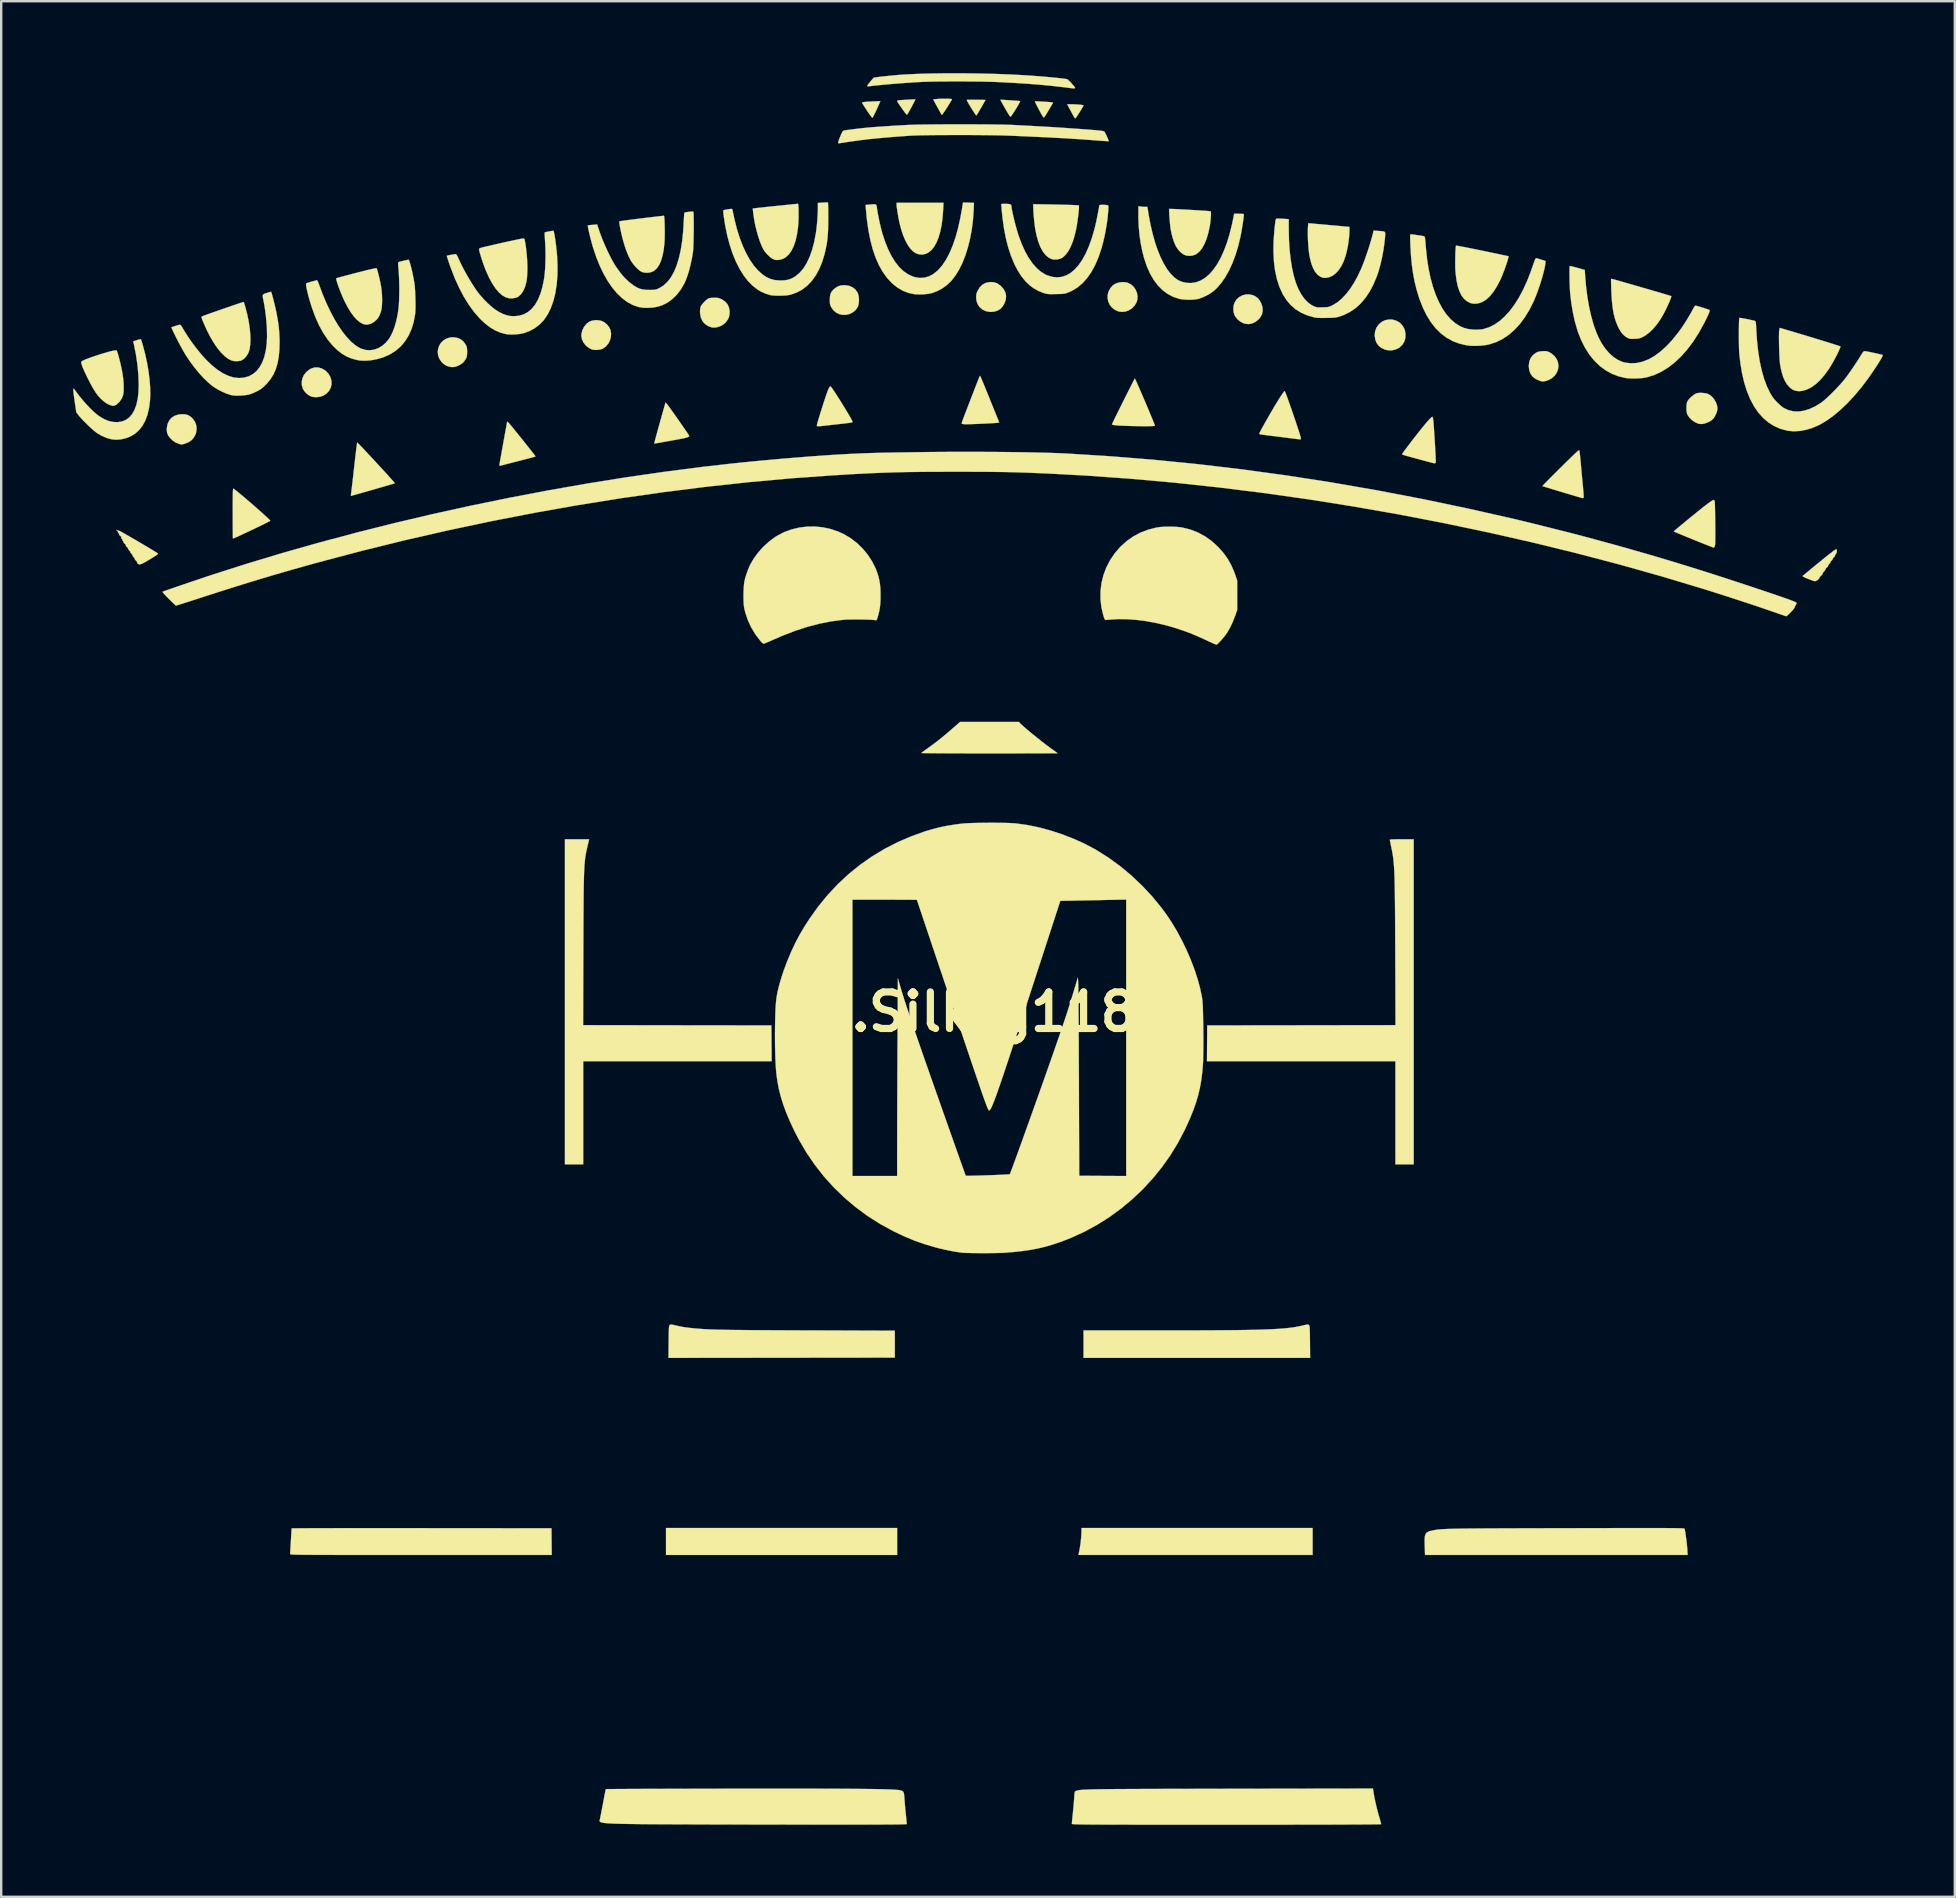
<source format=kicad_pcb>
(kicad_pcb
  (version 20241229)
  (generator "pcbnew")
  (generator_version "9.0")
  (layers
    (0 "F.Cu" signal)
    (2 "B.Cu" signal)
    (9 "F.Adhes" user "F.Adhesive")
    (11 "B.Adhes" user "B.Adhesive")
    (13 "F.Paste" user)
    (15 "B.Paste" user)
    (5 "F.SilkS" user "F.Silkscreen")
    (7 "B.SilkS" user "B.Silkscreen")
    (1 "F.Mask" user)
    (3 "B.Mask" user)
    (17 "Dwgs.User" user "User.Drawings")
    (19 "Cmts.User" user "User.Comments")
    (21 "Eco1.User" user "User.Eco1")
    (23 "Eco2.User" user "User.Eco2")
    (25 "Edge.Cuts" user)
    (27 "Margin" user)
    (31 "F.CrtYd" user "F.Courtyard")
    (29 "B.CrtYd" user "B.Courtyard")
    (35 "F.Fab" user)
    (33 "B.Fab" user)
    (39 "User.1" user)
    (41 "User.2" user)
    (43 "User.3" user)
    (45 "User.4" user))
  (footprint "F.Silk_g1188"
    (layer "F.Cu")
    (at 38.44 39.119)
    (property "Reference" "F.Silk_g1188" (at 0 0 0) (layer "F.SilkS") (effects (font (size 1.524 1.524) (thickness 0.3))))
    (attr through_hole)
    (fp_poly (pts (xy -4.106 22.627) (xy -13.737 22.627) (xy -13.737 21.505) (xy -4.106 21.505) (xy -4.106 22.627)) (stroke (width 0.01) (type solid)) (fill yes) (layer "F.SilkS"))
    (fp_poly (pts (xy 13.208 22.627) (xy 3.449 22.627) (xy 3.46 22.58) (xy 3.505 22.356) (xy 3.541 22.12) (xy 3.565 21.886) (xy 3.577 21.671) (xy 3.577 21.627) (xy 3.577 21.505) (xy 13.208 21.505) (xy 13.208 22.627)) (stroke (width 0.01) (type solid)) (fill yes) (layer "F.SilkS"))
    (fp_poly (pts (xy -0.923 -38.012) (xy -0.807 -38.011) (xy -0.422 -38.005) (xy -0.606 -37.682) (xy -0.667 -37.577) (xy -0.721 -37.487) (xy -0.765 -37.417) (xy -0.795 -37.372) (xy -0.806 -37.359) (xy -0.824 -37.376) (xy -0.857 -37.421) (xy -0.901 -37.485) (xy -0.926 -37.523) (xy -1.009 -37.656) (xy -1.081 -37.774) (xy -1.138 -37.872) (xy -1.179 -37.946) (xy -1.2 -37.992) (xy -1.202 -38.006) (xy -1.178 -38.009) (xy -1.119 -38.011) (xy -1.032 -38.012) (xy -0.923 -38.012)) (stroke (width 0.01) (type solid)) (fill yes) (layer "F.SilkS"))
    (fp_poly (pts (xy -4.835 -37.886) (xy -4.876 -37.789) (xy -4.924 -37.683) (xy -4.973 -37.576) (xy -5.022 -37.474) (xy -5.066 -37.384) (xy -5.102 -37.314) (xy -5.127 -37.27) (xy -5.136 -37.259) (xy -5.154 -37.274) (xy -5.19 -37.318) (xy -5.242 -37.387) (xy -5.303 -37.475) (xy -5.362 -37.561) (xy -5.428 -37.662) (xy -5.486 -37.752) (xy -5.531 -37.823) (xy -5.559 -37.871) (xy -5.567 -37.888) (xy -5.556 -37.9) (xy -5.52 -37.911) (xy -5.456 -37.92) (xy -5.359 -37.929) (xy -5.227 -37.937) (xy -5.106 -37.943) (xy -4.805 -37.957) (xy -4.835 -37.886)) (stroke (width 0.01) (type solid)) (fill yes) (layer "F.SilkS"))
    (fp_poly (pts (xy -1.965 -38.053) (xy -1.887 -38.049) (xy -1.836 -38.041) (xy -1.82 -38.033) (xy -1.831 -38.009) (xy -1.861 -37.956) (xy -1.905 -37.883) (xy -1.958 -37.797) (xy -2.017 -37.705) (xy -2.075 -37.614) (xy -2.13 -37.531) (xy -2.175 -37.465) (xy -2.203 -37.427) (xy -2.241 -37.378) (xy -2.273 -37.427) (xy -2.294 -37.462) (xy -2.33 -37.527) (xy -2.378 -37.613) (xy -2.432 -37.712) (xy -2.454 -37.751) (xy -2.603 -38.026) (xy -2.482 -38.039) (xy -2.388 -38.048) (xy -2.282 -38.053) (xy -2.171 -38.056) (xy -2.063 -38.056) (xy -1.965 -38.053)) (stroke (width 0.01) (type solid)) (fill yes) (layer "F.SilkS"))
    (fp_poly (pts (xy 3.115 -37.825) (xy 3.228 -37.823) (xy 3.342 -37.818) (xy 3.45 -37.811) (xy 3.543 -37.802) (xy 3.614 -37.792) (xy 3.655 -37.782) (xy 3.662 -37.777) (xy 3.651 -37.752) (xy 3.623 -37.7) (xy 3.581 -37.629) (xy 3.53 -37.547) (xy 3.476 -37.461) (xy 3.424 -37.379) (xy 3.377 -37.308) (xy 3.341 -37.257) (xy 3.321 -37.233) (xy 3.32 -37.232) (xy 3.301 -37.249) (xy 3.272 -37.289) (xy 3.264 -37.301) (xy 3.238 -37.347) (xy 3.198 -37.42) (xy 3.149 -37.51) (xy 3.102 -37.597) (xy 2.981 -37.825) (xy 3.115 -37.825)) (stroke (width 0.01) (type solid)) (fill yes) (layer "F.SilkS"))
    (fp_poly (pts (xy 5.396 -30.409) (xy 5.509 -30.383) (xy 5.638 -30.318) (xy 5.746 -30.222) (xy 5.83 -30.103) (xy 5.887 -29.968) (xy 5.913 -29.825) (xy 5.904 -29.681) (xy 5.869 -29.567) (xy 5.789 -29.433) (xy 5.682 -29.323) (xy 5.556 -29.24) (xy 5.416 -29.189) (xy 5.271 -29.171) (xy 5.126 -29.191) (xy 5.106 -29.197) (xy 4.958 -29.265) (xy 4.839 -29.36) (xy 4.75 -29.476) (xy 4.691 -29.606) (xy 4.664 -29.747) (xy 4.669 -29.891) (xy 4.709 -30.033) (xy 4.784 -30.168) (xy 4.889 -30.284) (xy 4.99 -30.348) (xy 5.116 -30.392) (xy 5.256 -30.413) (xy 5.396 -30.409)) (stroke (width 0.01) (type solid)) (fill yes) (layer "F.SilkS"))
    (fp_poly (pts (xy -28.093 -26.819) (xy -27.959 -26.747) (xy -27.899 -26.699) (xy -27.789 -26.576) (xy -27.716 -26.441) (xy -27.678 -26.299) (xy -27.675 -26.156) (xy -27.707 -26.019) (xy -27.772 -25.892) (xy -27.87 -25.781) (xy -28 -25.692) (xy -28.016 -25.684) (xy -28.149 -25.638) (xy -28.296 -25.618) (xy -28.44 -25.626) (xy -28.514 -25.644) (xy -28.62 -25.695) (xy -28.723 -25.776) (xy -28.812 -25.875) (xy -28.871 -25.975) (xy -28.913 -26.124) (xy -28.916 -26.274) (xy -28.883 -26.42) (xy -28.815 -26.557) (xy -28.716 -26.677) (xy -28.589 -26.776) (xy -28.51 -26.817) (xy -28.375 -26.856) (xy -28.234 -26.856) (xy -28.093 -26.819)) (stroke (width 0.01) (type solid)) (fill yes) (layer "F.SilkS"))
    (fp_poly (pts (xy -2.187 -33.431) (xy -2.213 -33.092) (xy -2.254 -32.784) (xy -2.311 -32.507) (xy -2.383 -32.263) (xy -2.47 -32.052) (xy -2.571 -31.877) (xy -2.685 -31.739) (xy -2.812 -31.639) (xy -2.915 -31.59) (xy -3.052 -31.562) (xy -3.195 -31.571) (xy -3.313 -31.61) (xy -3.437 -31.689) (xy -3.555 -31.808) (xy -3.666 -31.965) (xy -3.768 -32.157) (xy -3.862 -32.383) (xy -3.944 -32.639) (xy -4.001 -32.859) (xy -4.026 -32.975) (xy -4.051 -33.105) (xy -4.075 -33.24) (xy -4.096 -33.37) (xy -4.113 -33.487) (xy -4.124 -33.58) (xy -4.127 -33.639) (xy -4.128 -33.718) (xy -2.174 -33.718) (xy -2.187 -33.431)) (stroke (width 0.01) (type solid)) (fill yes) (layer "F.SilkS"))
    (fp_poly (pts (xy 10.715 -29.869) (xy 10.788 -29.838) (xy 10.9 -29.765) (xy 10.989 -29.667) (xy 11.063 -29.536) (xy 11.064 -29.534) (xy 11.117 -29.376) (xy 11.129 -29.224) (xy 11.1 -29.081) (xy 11.03 -28.948) (xy 10.957 -28.861) (xy 10.826 -28.756) (xy 10.686 -28.69) (xy 10.54 -28.664) (xy 10.39 -28.68) (xy 10.316 -28.704) (xy 10.187 -28.773) (xy 10.07 -28.872) (xy 9.98 -28.989) (xy 9.961 -29.024) (xy 9.917 -29.152) (xy 9.903 -29.297) (xy 9.918 -29.441) (xy 9.956 -29.56) (xy 10.037 -29.688) (xy 10.146 -29.788) (xy 10.275 -29.859) (xy 10.417 -29.897) (xy 10.566 -29.902) (xy 10.715 -29.869)) (stroke (width 0.01) (type solid)) (fill yes) (layer "F.SilkS"))
    (fp_poly (pts (xy 16.519 -28.853) (xy 16.666 -28.817) (xy 16.802 -28.748) (xy 16.896 -28.67) (xy 16.991 -28.549) (xy 17.051 -28.414) (xy 17.077 -28.257) (xy 17.078 -28.243) (xy 17.072 -28.082) (xy 17.034 -27.944) (xy 16.961 -27.821) (xy 16.931 -27.784) (xy 16.811 -27.678) (xy 16.67 -27.606) (xy 16.514 -27.57) (xy 16.351 -27.572) (xy 16.216 -27.603) (xy 16.071 -27.671) (xy 15.954 -27.769) (xy 15.867 -27.893) (xy 15.823 -28.008) (xy 15.795 -28.182) (xy 15.809 -28.347) (xy 15.862 -28.5) (xy 15.956 -28.64) (xy 15.97 -28.656) (xy 16.087 -28.756) (xy 16.222 -28.822) (xy 16.369 -28.854) (xy 16.519 -28.853)) (stroke (width 0.01) (type solid)) (fill yes) (layer "F.SilkS"))
    (fp_poly (pts (xy -16.556 -28.824) (xy -16.425 -28.797) (xy -16.423 -28.797) (xy -16.307 -28.739) (xy -16.199 -28.65) (xy -16.111 -28.541) (xy -16.055 -28.429) (xy -16.027 -28.278) (xy -16.035 -28.124) (xy -16.077 -27.975) (xy -16.15 -27.839) (xy -16.25 -27.724) (xy -16.372 -27.639) (xy -16.465 -27.607) (xy -16.579 -27.589) (xy -16.698 -27.587) (xy -16.803 -27.602) (xy -16.836 -27.612) (xy -16.97 -27.682) (xy -17.085 -27.779) (xy -17.176 -27.896) (xy -17.237 -28.025) (xy -17.265 -28.159) (xy -17.262 -28.254) (xy -17.221 -28.412) (xy -17.147 -28.556) (xy -17.047 -28.677) (xy -16.939 -28.759) (xy -16.828 -28.804) (xy -16.695 -28.826) (xy -16.556 -28.824)) (stroke (width 0.01) (type solid)) (fill yes) (layer "F.SilkS"))
    (fp_poly (pts (xy -33.788 -24.905) (xy -33.662 -24.873) (xy -33.552 -24.81) (xy -33.454 -24.718) (xy -33.363 -24.587) (xy -33.31 -24.441) (xy -33.296 -24.286) (xy -33.322 -24.128) (xy -33.338 -24.081) (xy -33.412 -23.936) (xy -33.516 -23.82) (xy -33.651 -23.732) (xy -33.814 -23.672) (xy -33.876 -23.655) (xy -33.915 -23.648) (xy -33.949 -23.65) (xy -33.995 -23.663) (xy -34.044 -23.678) (xy -34.173 -23.73) (xy -34.287 -23.806) (xy -34.398 -23.914) (xy -34.402 -23.918) (xy -34.48 -24.021) (xy -34.525 -24.126) (xy -34.541 -24.246) (xy -34.538 -24.336) (xy -34.507 -24.501) (xy -34.441 -24.641) (xy -34.345 -24.755) (xy -34.22 -24.839) (xy -34.069 -24.891) (xy -33.94 -24.909) (xy -33.788 -24.905)) (stroke (width 0.01) (type solid)) (fill yes) (layer "F.SilkS"))
    (fp_poly (pts (xy -0.049 -30.402) (xy 0.069 -30.357) (xy 0.185 -30.278) (xy 0.223 -30.244) (xy 0.335 -30.117) (xy 0.405 -29.981) (xy 0.435 -29.837) (xy 0.422 -29.686) (xy 0.368 -29.531) (xy 0.364 -29.523) (xy 0.305 -29.421) (xy 0.237 -29.335) (xy 0.206 -29.306) (xy 0.084 -29.228) (xy -0.058 -29.182) (xy -0.212 -29.17) (xy -0.368 -29.192) (xy -0.419 -29.208) (xy -0.56 -29.277) (xy -0.673 -29.376) (xy -0.754 -29.501) (xy -0.802 -29.648) (xy -0.813 -29.773) (xy -0.81 -29.864) (xy -0.797 -29.936) (xy -0.769 -30.012) (xy -0.745 -30.063) (xy -0.655 -30.205) (xy -0.546 -30.31) (xy -0.414 -30.379) (xy -0.26 -30.413) (xy -0.181 -30.416) (xy -0.049 -30.402)) (stroke (width 0.01) (type solid)) (fill yes) (layer "F.SilkS"))
    (fp_poly (pts (xy -6.263 -30.284) (xy -6.099 -30.255) (xy -5.959 -30.195) (xy -5.845 -30.104) (xy -5.762 -29.987) (xy -5.722 -29.889) (xy -5.701 -29.775) (xy -5.696 -29.647) (xy -5.708 -29.521) (xy -5.734 -29.412) (xy -5.752 -29.369) (xy -5.837 -29.249) (xy -5.95 -29.154) (xy -6.084 -29.087) (xy -6.23 -29.051) (xy -6.38 -29.049) (xy -6.515 -29.079) (xy -6.654 -29.147) (xy -6.765 -29.244) (xy -6.845 -29.359) (xy -6.876 -29.417) (xy -6.896 -29.467) (xy -6.906 -29.522) (xy -6.91 -29.595) (xy -6.911 -29.676) (xy -6.905 -29.809) (xy -6.885 -29.914) (xy -6.845 -30) (xy -6.781 -30.08) (xy -6.72 -30.138) (xy -6.595 -30.224) (xy -6.459 -30.273) (xy -6.304 -30.286) (xy -6.263 -30.284)) (stroke (width 0.01) (type solid)) (fill yes) (layer "F.SilkS"))
    (fp_poly (pts (xy 0.277 -38.008) (xy 0.36 -38.005) (xy 0.462 -37.999) (xy 0.574 -37.992) (xy 0.688 -37.984) (xy 0.797 -37.976) (xy 0.893 -37.969) (xy 0.967 -37.962) (xy 1.012 -37.956) (xy 1.022 -37.954) (xy 1.016 -37.932) (xy 0.991 -37.883) (xy 0.951 -37.812) (xy 0.901 -37.727) (xy 0.845 -37.634) (xy 0.787 -37.541) (xy 0.732 -37.454) (xy 0.683 -37.381) (xy 0.645 -37.328) (xy 0.623 -37.303) (xy 0.621 -37.302) (xy 0.603 -37.316) (xy 0.57 -37.36) (xy 0.527 -37.426) (xy 0.494 -37.481) (xy 0.426 -37.597) (xy 0.362 -37.709) (xy 0.304 -37.812) (xy 0.255 -37.899) (xy 0.22 -37.964) (xy 0.201 -38.001) (xy 0.198 -38.008) (xy 0.221 -38.01) (xy 0.277 -38.008)) (stroke (width 0.01) (type solid)) (fill yes) (layer "F.SilkS"))
    (fp_poly (pts (xy -17.009 -6.906) (xy -17.029 -6.82) (xy -17.047 -6.738) (xy -17.064 -6.659) (xy -17.079 -6.58) (xy -17.093 -6.499) (xy -17.105 -6.414) (xy -17.116 -6.322) (xy -17.126 -6.222) (xy -17.135 -6.11) (xy -17.142 -5.986) (xy -17.149 -5.846) (xy -17.154 -5.689) (xy -17.159 -5.512) (xy -17.163 -5.314) (xy -17.167 -5.091) (xy -17.17 -4.841) (xy -17.172 -4.564) (xy -17.174 -4.255) (xy -17.176 -3.914) (xy -17.178 -3.537) (xy -17.179 -3.123) (xy -17.181 -2.67) (xy -17.181 -2.545) (xy -17.191 0.55) (xy -13.268 0.556) (xy -9.345 0.561) (xy -9.34 1.307) (xy -9.334 2.053) (xy -17.187 2.053) (xy -17.187 6.35) (xy -17.949 6.35) (xy -17.949 -7.197) (xy -16.94 -7.197) (xy -17.009 -6.906)) (stroke (width 0.01) (type solid)) (fill yes) (layer "F.SilkS"))
    (fp_poly (pts (xy -3.347 -38.026) (xy -3.354 -38.006) (xy -3.378 -37.956) (xy -3.414 -37.885) (xy -3.459 -37.799) (xy -3.508 -37.707) (xy -3.558 -37.615) (xy -3.604 -37.532) (xy -3.643 -37.465) (xy -3.67 -37.42) (xy -3.672 -37.418) (xy -3.692 -37.395) (xy -3.713 -37.4) (xy -3.74 -37.428) (xy -3.772 -37.467) (xy -3.818 -37.529) (xy -3.874 -37.606) (xy -3.933 -37.69) (xy -3.991 -37.773) (xy -4.042 -37.849) (xy -4.081 -37.91) (xy -4.103 -37.947) (xy -4.106 -37.955) (xy -4.09 -37.979) (xy -4.08 -37.983) (xy -4.049 -37.988) (xy -3.986 -37.994) (xy -3.9 -38.001) (xy -3.798 -38.007) (xy -3.69 -38.014) (xy -3.584 -38.02) (xy -3.488 -38.024) (xy -3.412 -38.027) (xy -3.362 -38.027) (xy -3.347 -38.026)) (stroke (width 0.01) (type solid)) (fill yes) (layer "F.SilkS"))
    (fp_poly (pts (xy 1.717 -37.946) (xy 1.8 -37.943) (xy 1.9 -37.938) (xy 2.009 -37.931) (xy 2.118 -37.924) (xy 2.219 -37.917) (xy 2.303 -37.909) (xy 2.363 -37.903) (xy 2.39 -37.897) (xy 2.39 -37.897) (xy 2.382 -37.878) (xy 2.357 -37.829) (xy 2.317 -37.76) (xy 2.268 -37.676) (xy 2.214 -37.585) (xy 2.16 -37.495) (xy 2.109 -37.412) (xy 2.065 -37.344) (xy 2.034 -37.298) (xy 2.031 -37.295) (xy 2.018 -37.279) (xy 2.005 -37.274) (xy 1.99 -37.282) (xy 1.968 -37.31) (xy 1.937 -37.36) (xy 1.893 -37.437) (xy 1.834 -37.546) (xy 1.81 -37.59) (xy 1.752 -37.699) (xy 1.703 -37.795) (xy 1.665 -37.872) (xy 1.642 -37.924) (xy 1.637 -37.945) (xy 1.66 -37.947) (xy 1.717 -37.946)) (stroke (width 0.01) (type solid)) (fill yes) (layer "F.SilkS"))
    (fp_poly (pts (xy -22.452 -28.096) (xy -22.31 -28.041) (xy -22.191 -27.951) (xy -22.095 -27.825) (xy -22.086 -27.809) (xy -22.056 -27.75) (xy -22.037 -27.697) (xy -22.028 -27.637) (xy -22.024 -27.556) (xy -22.024 -27.506) (xy -22.028 -27.391) (xy -22.042 -27.302) (xy -22.072 -27.226) (xy -22.123 -27.145) (xy -22.166 -27.089) (xy -22.232 -27.027) (xy -22.325 -26.966) (xy -22.431 -26.916) (xy -22.534 -26.883) (xy -22.574 -26.876) (xy -22.654 -26.873) (xy -22.737 -26.881) (xy -22.747 -26.883) (xy -22.895 -26.932) (xy -23.026 -27.02) (xy -23.089 -27.084) (xy -23.179 -27.214) (xy -23.231 -27.353) (xy -23.249 -27.494) (xy -23.233 -27.633) (xy -23.187 -27.765) (xy -23.114 -27.883) (xy -23.015 -27.982) (xy -22.893 -28.057) (xy -22.751 -28.103) (xy -22.617 -28.116) (xy -22.452 -28.096)) (stroke (width 0.01) (type solid)) (fill yes) (layer "F.SilkS"))
    (fp_poly (pts (xy -11.634 -29.759) (xy -11.563 -29.752) (xy -11.503 -29.736) (xy -11.439 -29.708) (xy -11.411 -29.694) (xy -11.277 -29.607) (xy -11.178 -29.494) (xy -11.114 -29.358) (xy -11.086 -29.2) (xy -11.085 -29.157) (xy -11.101 -29.002) (xy -11.154 -28.864) (xy -11.246 -28.738) (xy -11.271 -28.712) (xy -11.382 -28.625) (xy -11.511 -28.561) (xy -11.647 -28.525) (xy -11.778 -28.519) (xy -11.843 -28.53) (xy -11.999 -28.59) (xy -12.126 -28.68) (xy -12.222 -28.797) (xy -12.286 -28.941) (xy -12.317 -29.109) (xy -12.319 -29.178) (xy -12.316 -29.282) (xy -12.303 -29.361) (xy -12.275 -29.427) (xy -12.226 -29.495) (xy -12.155 -29.574) (xy -12.074 -29.654) (xy -12.008 -29.708) (xy -11.944 -29.74) (xy -11.869 -29.755) (xy -11.771 -29.76) (xy -11.731 -29.76) (xy -11.634 -29.759)) (stroke (width 0.01) (type solid)) (fill yes) (layer "F.SilkS"))
    (fp_poly (pts (xy 22.947 -27.534) (xy 23.002 -27.521) (xy 23.061 -27.496) (xy 23.081 -27.486) (xy 23.165 -27.435) (xy 23.25 -27.366) (xy 23.291 -27.325) (xy 23.383 -27.195) (xy 23.436 -27.057) (xy 23.453 -26.915) (xy 23.434 -26.775) (xy 23.383 -26.643) (xy 23.301 -26.522) (xy 23.189 -26.419) (xy 23.049 -26.338) (xy 22.946 -26.301) (xy 22.867 -26.28) (xy 22.809 -26.272) (xy 22.755 -26.278) (xy 22.686 -26.298) (xy 22.658 -26.307) (xy 22.5 -26.379) (xy 22.377 -26.475) (xy 22.288 -26.595) (xy 22.235 -26.739) (xy 22.216 -26.907) (xy 22.216 -26.924) (xy 22.235 -27.093) (xy 22.289 -27.239) (xy 22.379 -27.361) (xy 22.504 -27.461) (xy 22.516 -27.468) (xy 22.578 -27.499) (xy 22.644 -27.519) (xy 22.728 -27.53) (xy 22.789 -27.534) (xy 22.881 -27.537) (xy 22.947 -27.534)) (stroke (width 0.01) (type solid)) (fill yes) (layer "F.SilkS"))
    (fp_poly (pts (xy 29.539 -25.788) (xy 29.644 -25.767) (xy 29.709 -25.743) (xy 29.825 -25.662) (xy 29.927 -25.55) (xy 30.007 -25.418) (xy 30.059 -25.278) (xy 30.074 -25.187) (xy 30.073 -25.089) (xy 30.051 -24.999) (xy 30.034 -24.954) (xy 29.976 -24.831) (xy 29.918 -24.74) (xy 29.85 -24.67) (xy 29.763 -24.613) (xy 29.708 -24.585) (xy 29.561 -24.525) (xy 29.432 -24.5) (xy 29.316 -24.506) (xy 29.252 -24.524) (xy 29.124 -24.586) (xy 29.006 -24.671) (xy 28.906 -24.772) (xy 28.833 -24.879) (xy 28.811 -24.932) (xy 28.795 -25.007) (xy 28.787 -25.105) (xy 28.787 -25.212) (xy 28.794 -25.314) (xy 28.808 -25.397) (xy 28.821 -25.434) (xy 28.865 -25.501) (xy 28.933 -25.578) (xy 29.015 -25.654) (xy 29.1 -25.72) (xy 29.177 -25.767) (xy 29.215 -25.783) (xy 29.309 -25.797) (xy 29.422 -25.798) (xy 29.539 -25.788)) (stroke (width 0.01) (type solid)) (fill yes) (layer "F.SilkS"))
    (fp_poly (pts (xy 13.163 -32.856) (xy 13.218 -32.851) (xy 13.309 -32.843) (xy 13.43 -32.832) (xy 13.574 -32.82) (xy 13.736 -32.805) (xy 13.909 -32.789) (xy 14.023 -32.779) (xy 14.743 -32.713) (xy 14.739 -32.491) (xy 14.731 -32.327) (xy 14.71 -32.139) (xy 14.68 -31.94) (xy 14.642 -31.745) (xy 14.599 -31.569) (xy 14.591 -31.54) (xy 14.51 -31.301) (xy 14.412 -31.094) (xy 14.299 -30.92) (xy 14.174 -30.781) (xy 14.038 -30.678) (xy 13.892 -30.614) (xy 13.769 -30.592) (xy 13.685 -30.59) (xy 13.619 -30.601) (xy 13.547 -30.631) (xy 13.531 -30.639) (xy 13.416 -30.72) (xy 13.315 -30.838) (xy 13.228 -30.995) (xy 13.154 -31.191) (xy 13.094 -31.426) (xy 13.071 -31.549) (xy 13.052 -31.683) (xy 13.035 -31.848) (xy 13.022 -32.03) (xy 13.012 -32.217) (xy 13.008 -32.397) (xy 13.008 -32.557) (xy 13.011 -32.644) (xy 13.024 -32.866) (xy 13.163 -32.856)) (stroke (width 0.01) (type solid)) (fill yes) (layer "F.SilkS"))
    (fp_poly (pts (xy 13.032 13.03) (xy 13.051 13.042) (xy 13.057 13.048) (xy 13.067 13.062) (xy 13.075 13.085) (xy 13.081 13.121) (xy 13.086 13.176) (xy 13.09 13.253) (xy 13.093 13.358) (xy 13.095 13.493) (xy 13.097 13.665) (xy 13.098 13.748) (xy 13.104 14.415) (xy 3.662 14.415) (xy 3.662 13.271) (xy 6.821 13.271) (xy 7.388 13.271) (xy 7.915 13.27) (xy 8.403 13.269) (xy 8.854 13.267) (xy 9.27 13.265) (xy 9.653 13.262) (xy 10.004 13.259) (xy 10.326 13.254) (xy 10.62 13.249) (xy 10.889 13.243) (xy 11.133 13.236) (xy 11.355 13.228) (xy 11.557 13.218) (xy 11.74 13.208) (xy 11.906 13.197) (xy 12.057 13.184) (xy 12.196 13.169) (xy 12.323 13.154) (xy 12.44 13.137) (xy 12.55 13.118) (xy 12.654 13.098) (xy 12.754 13.076) (xy 12.792 13.067) (xy 12.893 13.044) (xy 12.961 13.03) (xy 13.005 13.026) (xy 13.032 13.03)) (stroke (width 0.01) (type solid)) (fill yes) (layer "F.SilkS"))
    (fp_poly (pts (xy 17.42 6.35) (xy 16.658 6.35) (xy 16.658 2.053) (xy 8.805 2.053) (xy 8.81 1.307) (xy 8.816 0.561) (xy 12.739 0.556) (xy 16.662 0.55) (xy 16.652 -2.45) (xy 16.65 -2.918) (xy 16.648 -3.346) (xy 16.646 -3.736) (xy 16.644 -4.091) (xy 16.641 -4.412) (xy 16.638 -4.702) (xy 16.635 -4.963) (xy 16.631 -5.198) (xy 16.627 -5.408) (xy 16.622 -5.595) (xy 16.616 -5.763) (xy 16.609 -5.913) (xy 16.601 -6.048) (xy 16.592 -6.169) (xy 16.582 -6.279) (xy 16.571 -6.381) (xy 16.558 -6.476) (xy 16.544 -6.566) (xy 16.529 -6.655) (xy 16.512 -6.744) (xy 16.493 -6.835) (xy 16.487 -6.863) (xy 16.465 -6.97) (xy 16.446 -7.062) (xy 16.432 -7.132) (xy 16.426 -7.171) (xy 16.425 -7.175) (xy 16.446 -7.183) (xy 16.508 -7.189) (xy 16.608 -7.193) (xy 16.745 -7.196) (xy 16.918 -7.197) (xy 17.42 -7.197) (xy 17.42 6.35)) (stroke (width 0.01) (type solid)) (fill yes) (layer "F.SilkS"))
    (fp_poly (pts (xy 2.365 -33.647) (xy 2.552 -33.643) (xy 2.732 -33.639) (xy 2.899 -33.635) (xy 3.047 -33.631) (xy 3.17 -33.627) (xy 3.263 -33.623) (xy 3.318 -33.62) (xy 3.471 -33.608) (xy 3.471 -33.531) (xy 3.468 -33.451) (xy 3.458 -33.34) (xy 3.443 -33.206) (xy 3.424 -33.06) (xy 3.403 -32.91) (xy 3.38 -32.767) (xy 3.357 -32.64) (xy 3.353 -32.618) (xy 3.288 -32.343) (xy 3.212 -32.096) (xy 3.124 -31.882) (xy 3.026 -31.701) (xy 2.919 -31.556) (xy 2.805 -31.449) (xy 2.76 -31.419) (xy 2.668 -31.381) (xy 2.557 -31.358) (xy 2.445 -31.353) (xy 2.35 -31.366) (xy 2.345 -31.368) (xy 2.207 -31.434) (xy 2.081 -31.541) (xy 1.967 -31.686) (xy 1.867 -31.869) (xy 1.78 -32.089) (xy 1.707 -32.345) (xy 1.651 -32.618) (xy 1.632 -32.746) (xy 1.614 -32.9) (xy 1.597 -33.066) (xy 1.582 -33.234) (xy 1.572 -33.389) (xy 1.567 -33.519) (xy 1.566 -33.557) (xy 1.566 -33.661) (xy 2.365 -33.647)) (stroke (width 0.01) (type solid)) (fill yes) (layer "F.SilkS"))
    (fp_poly (pts (xy -13.507 13.028) (xy -13.448 13.038) (xy -13.359 13.058) (xy -13.321 13.067) (xy -13.167 13.101) (xy -13.019 13.129) (xy -12.865 13.152) (xy -12.691 13.172) (xy -12.541 13.187) (xy -12.445 13.195) (xy -12.349 13.203) (xy -12.25 13.21) (xy -12.146 13.217) (xy -12.035 13.223) (xy -11.915 13.228) (xy -11.784 13.233) (xy -11.639 13.238) (xy -11.478 13.242) (xy -11.3 13.245) (xy -11.102 13.249) (xy -10.882 13.252) (xy -10.638 13.254) (xy -10.367 13.257) (xy -10.068 13.259) (xy -9.738 13.261) (xy -9.375 13.263) (xy -8.978 13.265) (xy -8.543 13.267) (xy -8.07 13.269) (xy -7.842 13.269) (xy -4.202 13.282) (xy -4.202 14.404) (xy -8.917 14.409) (xy -13.633 14.415) (xy -13.627 13.749) (xy -13.625 13.56) (xy -13.623 13.41) (xy -13.62 13.293) (xy -13.617 13.205) (xy -13.612 13.142) (xy -13.607 13.098) (xy -13.599 13.07) (xy -13.59 13.053) (xy -13.586 13.048) (xy -13.568 13.033) (xy -13.544 13.026) (xy -13.507 13.028)) (stroke (width 0.01) (type solid)) (fill yes) (layer "F.SilkS"))
    (fp_poly (pts (xy -31.766 -21.81) (xy -31.722 -21.78) (xy -31.654 -21.727) (xy -31.564 -21.655) (xy -31.457 -21.567) (xy -31.337 -21.466) (xy -31.207 -21.355) (xy -31.072 -21.239) (xy -30.934 -21.12) (xy -30.799 -21.002) (xy -30.669 -20.887) (xy -30.549 -20.78) (xy -30.442 -20.683) (xy -30.353 -20.601) (xy -30.284 -20.535) (xy -30.241 -20.49) (xy -30.226 -20.47) (xy -30.244 -20.457) (xy -30.296 -20.429) (xy -30.377 -20.388) (xy -30.481 -20.336) (xy -30.604 -20.275) (xy -30.74 -20.209) (xy -30.886 -20.139) (xy -31.035 -20.068) (xy -31.183 -19.997) (xy -31.326 -19.931) (xy -31.457 -19.869) (xy -31.573 -19.816) (xy -31.668 -19.773) (xy -31.738 -19.743) (xy -31.777 -19.729) (xy -31.782 -19.727) (xy -31.784 -19.748) (xy -31.786 -19.807) (xy -31.788 -19.9) (xy -31.789 -20.023) (xy -31.79 -20.173) (xy -31.791 -20.344) (xy -31.792 -20.534) (xy -31.792 -20.738) (xy -31.792 -20.776) (xy -31.792 -21.022) (xy -31.791 -21.229) (xy -31.79 -21.398) (xy -31.789 -21.534) (xy -31.786 -21.64) (xy -31.783 -21.717) (xy -31.779 -21.769) (xy -31.774 -21.799) (xy -31.768 -21.81) (xy -31.766 -21.81)) (stroke (width 0.01) (type solid)) (fill yes) (layer "F.SilkS"))
    (fp_poly (pts (xy -31.326 -29.562) (xy -31.308 -29.507) (xy -31.284 -29.429) (xy -31.262 -29.356) (xy -31.187 -29.065) (xy -31.128 -28.78) (xy -31.086 -28.505) (xy -31.061 -28.245) (xy -31.054 -28.006) (xy -31.064 -27.792) (xy -31.093 -27.608) (xy -31.114 -27.531) (xy -31.166 -27.413) (xy -31.24 -27.305) (xy -31.327 -27.215) (xy -31.42 -27.154) (xy -31.464 -27.138) (xy -31.582 -27.119) (xy -31.708 -27.12) (xy -31.822 -27.141) (xy -31.842 -27.147) (xy -31.985 -27.219) (xy -32.131 -27.331) (xy -32.281 -27.479) (xy -32.43 -27.662) (xy -32.578 -27.877) (xy -32.723 -28.122) (xy -32.863 -28.394) (xy -32.973 -28.639) (xy -33.025 -28.76) (xy -33.062 -28.847) (xy -33.083 -28.908) (xy -33.091 -28.948) (xy -33.083 -28.973) (xy -33.062 -28.989) (xy -33.027 -29.003) (xy -32.994 -29.015) (xy -32.891 -29.053) (xy -32.766 -29.098) (xy -32.624 -29.148) (xy -32.47 -29.202) (xy -32.309 -29.259) (xy -32.145 -29.316) (xy -31.983 -29.371) (xy -31.829 -29.424) (xy -31.688 -29.472) (xy -31.564 -29.514) (xy -31.462 -29.547) (xy -31.387 -29.571) (xy -31.344 -29.584) (xy -31.335 -29.586) (xy -31.326 -29.562)) (stroke (width 0.01) (type solid)) (fill yes) (layer "F.SilkS"))
    (fp_poly (pts (xy -8.228 -33.656) (xy -8.221 -33.601) (xy -8.216 -33.517) (xy -8.213 -33.411) (xy -8.213 -33.29) (xy -8.213 -33.16) (xy -8.216 -33.03) (xy -8.221 -32.905) (xy -8.228 -32.792) (xy -8.235 -32.707) (xy -8.28 -32.399) (xy -8.341 -32.131) (xy -8.42 -31.901) (xy -8.516 -31.709) (xy -8.629 -31.556) (xy -8.759 -31.442) (xy -8.834 -31.397) (xy -8.936 -31.358) (xy -9.048 -31.337) (xy -9.152 -31.335) (xy -9.212 -31.347) (xy -9.315 -31.396) (xy -9.424 -31.476) (xy -9.53 -31.578) (xy -9.625 -31.695) (xy -9.682 -31.784) (xy -9.758 -31.941) (xy -9.833 -32.132) (xy -9.904 -32.349) (xy -9.969 -32.583) (xy -10.026 -32.827) (xy -10.071 -33.073) (xy -10.104 -33.311) (xy -10.107 -33.34) (xy -10.122 -33.48) (xy -9.924 -33.504) (xy -9.861 -33.511) (xy -9.767 -33.521) (xy -9.647 -33.534) (xy -9.508 -33.549) (xy -9.353 -33.565) (xy -9.19 -33.582) (xy -9.024 -33.599) (xy -8.86 -33.615) (xy -8.704 -33.631) (xy -8.561 -33.645) (xy -8.437 -33.658) (xy -8.339 -33.667) (xy -8.27 -33.674) (xy -8.237 -33.676) (xy -8.236 -33.676) (xy -8.228 -33.656)) (stroke (width 0.01) (type solid)) (fill yes) (layer "F.SilkS"))
    (fp_poly (pts (xy 19.208 -31.933) (xy 19.267 -31.923) (xy 19.359 -31.906) (xy 19.479 -31.883) (xy 19.623 -31.855) (xy 19.786 -31.823) (xy 19.964 -31.787) (xy 20.153 -31.748) (xy 20.348 -31.708) (xy 20.546 -31.667) (xy 20.74 -31.626) (xy 20.928 -31.587) (xy 21.076 -31.555) (xy 21.378 -31.49) (xy 21.365 -31.435) (xy 21.34 -31.342) (xy 21.302 -31.22) (xy 21.254 -31.079) (xy 21.201 -30.93) (xy 21.144 -30.781) (xy 21.09 -30.644) (xy 21.039 -30.528) (xy 21.019 -30.485) (xy 20.881 -30.224) (xy 20.739 -30.004) (xy 20.594 -29.825) (xy 20.444 -29.688) (xy 20.289 -29.59) (xy 20.129 -29.532) (xy 20.024 -29.516) (xy 19.912 -29.514) (xy 19.816 -29.531) (xy 19.78 -29.543) (xy 19.641 -29.613) (xy 19.519 -29.716) (xy 19.415 -29.853) (xy 19.329 -30.026) (xy 19.259 -30.234) (xy 19.206 -30.48) (xy 19.169 -30.764) (xy 19.157 -30.92) (xy 19.152 -31.015) (xy 19.15 -31.131) (xy 19.15 -31.26) (xy 19.152 -31.395) (xy 19.155 -31.528) (xy 19.159 -31.654) (xy 19.165 -31.765) (xy 19.172 -31.853) (xy 19.179 -31.913) (xy 19.186 -31.936) (xy 19.208 -31.933)) (stroke (width 0.01) (type solid)) (fill yes) (layer "F.SilkS"))
    (fp_poly (pts (xy -6.876 -26.065) (xy -6.853 -26.039) (xy -6.811 -25.983) (xy -6.754 -25.899) (xy -6.684 -25.794) (xy -6.604 -25.671) (xy -6.518 -25.536) (xy -6.428 -25.393) (xy -6.338 -25.247) (xy -6.25 -25.104) (xy -6.167 -24.966) (xy -6.093 -24.841) (xy -6.031 -24.731) (xy -6.025 -24.72) (xy -5.986 -24.647) (xy -5.967 -24.602) (xy -5.966 -24.578) (xy -5.98 -24.567) (xy -6.01 -24.561) (xy -6.076 -24.551) (xy -6.171 -24.539) (xy -6.288 -24.524) (xy -6.422 -24.509) (xy -6.494 -24.501) (xy -6.645 -24.484) (xy -6.794 -24.468) (xy -6.932 -24.452) (xy -7.049 -24.439) (xy -7.136 -24.429) (xy -7.156 -24.427) (xy -7.273 -24.414) (xy -7.354 -24.407) (xy -7.407 -24.407) (xy -7.436 -24.414) (xy -7.448 -24.43) (xy -7.451 -24.447) (xy -7.444 -24.479) (xy -7.427 -24.545) (xy -7.4 -24.639) (xy -7.365 -24.756) (xy -7.324 -24.89) (xy -7.279 -25.034) (xy -7.232 -25.183) (xy -7.185 -25.331) (xy -7.139 -25.472) (xy -7.097 -25.6) (xy -7.06 -25.709) (xy -7.036 -25.776) (xy -6.988 -25.903) (xy -6.95 -25.991) (xy -6.918 -26.045) (xy -6.892 -26.067) (xy -6.876 -26.065)) (stroke (width 0.01) (type solid)) (fill yes) (layer "F.SilkS"))
    (fp_poly (pts (xy 5.811 -26.376) (xy 5.837 -26.323) (xy 5.876 -26.239) (xy 5.924 -26.13) (xy 5.982 -26) (xy 6.045 -25.853) (xy 6.114 -25.694) (xy 6.185 -25.527) (xy 6.257 -25.358) (xy 6.329 -25.189) (xy 6.397 -25.027) (xy 6.46 -24.875) (xy 6.517 -24.738) (xy 6.564 -24.621) (xy 6.602 -24.527) (xy 6.626 -24.462) (xy 6.636 -24.43) (xy 6.636 -24.427) (xy 6.611 -24.42) (xy 6.548 -24.415) (xy 6.453 -24.411) (xy 6.329 -24.409) (xy 6.182 -24.409) (xy 6.017 -24.41) (xy 5.838 -24.413) (xy 5.649 -24.417) (xy 5.457 -24.423) (xy 5.355 -24.427) (xy 5.181 -24.435) (xy 5.046 -24.444) (xy 4.948 -24.454) (xy 4.884 -24.465) (xy 4.852 -24.478) (xy 4.846 -24.486) (xy 4.855 -24.508) (xy 4.881 -24.563) (xy 4.921 -24.647) (xy 4.974 -24.755) (xy 5.037 -24.884) (xy 5.108 -25.028) (xy 5.185 -25.183) (xy 5.266 -25.345) (xy 5.348 -25.51) (xy 5.43 -25.672) (xy 5.508 -25.829) (xy 5.582 -25.975) (xy 5.648 -26.106) (xy 5.705 -26.218) (xy 5.751 -26.306) (xy 5.783 -26.366) (xy 5.798 -26.394) (xy 5.8 -26.395) (xy 5.811 -26.376)) (stroke (width 0.01) (type solid)) (fill yes) (layer "F.SilkS"))
    (fp_poly (pts (xy 29.945 -21.318) (xy 29.96 -21.288) (xy 29.965 -21.253) (xy 29.969 -21.181) (xy 29.973 -21.078) (xy 29.976 -20.95) (xy 29.98 -20.802) (xy 29.982 -20.639) (xy 29.985 -20.469) (xy 29.986 -20.295) (xy 29.988 -20.124) (xy 29.988 -19.961) (xy 29.988 -19.812) (xy 29.987 -19.683) (xy 29.985 -19.579) (xy 29.982 -19.506) (xy 29.979 -19.475) (xy 29.964 -19.401) (xy 29.945 -19.363) (xy 29.916 -19.354) (xy 29.887 -19.361) (xy 29.832 -19.381) (xy 29.748 -19.413) (xy 29.64 -19.456) (xy 29.512 -19.506) (xy 29.371 -19.563) (xy 29.219 -19.624) (xy 29.064 -19.687) (xy 28.909 -19.75) (xy 28.76 -19.811) (xy 28.621 -19.868) (xy 28.498 -19.919) (xy 28.395 -19.963) (xy 28.317 -19.996) (xy 28.27 -20.017) (xy 28.258 -20.024) (xy 28.274 -20.041) (xy 28.32 -20.083) (xy 28.394 -20.146) (xy 28.494 -20.229) (xy 28.615 -20.33) (xy 28.757 -20.446) (xy 28.915 -20.576) (xy 29.088 -20.716) (xy 29.272 -20.865) (xy 29.453 -21.011) (xy 29.591 -21.119) (xy 29.708 -21.207) (xy 29.804 -21.274) (xy 29.874 -21.318) (xy 29.915 -21.336) (xy 29.919 -21.336) (xy 29.945 -21.318)) (stroke (width 0.01) (type solid)) (fill yes) (layer "F.SilkS"))
    (fp_poly (pts (xy -13.743 -25.385) (xy -13.708 -25.344) (xy -13.654 -25.275) (xy -13.585 -25.182) (xy -13.504 -25.07) (xy -13.412 -24.941) (xy -13.322 -24.813) (xy -13.19 -24.624) (xy -13.08 -24.466) (xy -12.99 -24.336) (xy -12.918 -24.233) (xy -12.863 -24.152) (xy -12.823 -24.092) (xy -12.796 -24.048) (xy -12.779 -24.018) (xy -12.772 -23.998) (xy -12.771 -23.987) (xy -12.776 -23.98) (xy -12.785 -23.975) (xy -12.794 -23.97) (xy -12.832 -23.952) (xy -12.898 -23.931) (xy -12.978 -23.91) (xy -12.982 -23.909) (xy -13.033 -23.899) (xy -13.115 -23.883) (xy -13.221 -23.863) (xy -13.345 -23.84) (xy -13.482 -23.815) (xy -13.623 -23.79) (xy -13.763 -23.765) (xy -13.896 -23.741) (xy -14.015 -23.72) (xy -14.113 -23.703) (xy -14.184 -23.691) (xy -14.222 -23.686) (xy -14.226 -23.686) (xy -14.223 -23.705) (xy -14.21 -23.761) (xy -14.187 -23.85) (xy -14.156 -23.966) (xy -14.119 -24.106) (xy -14.075 -24.266) (xy -14.026 -24.441) (xy -14.002 -24.527) (xy -13.951 -24.709) (xy -13.903 -24.879) (xy -13.86 -25.032) (xy -13.823 -25.164) (xy -13.793 -25.27) (xy -13.771 -25.347) (xy -13.759 -25.389) (xy -13.757 -25.396) (xy -13.743 -25.385)) (stroke (width 0.01) (type solid)) (fill yes) (layer "F.SilkS"))
    (fp_poly (pts (xy 18.214 -24.772) (xy 18.227 -24.719) (xy 18.232 -24.686) (xy 18.238 -24.626) (xy 18.246 -24.533) (xy 18.255 -24.414) (xy 18.266 -24.274) (xy 18.276 -24.118) (xy 18.287 -23.952) (xy 18.297 -23.781) (xy 18.308 -23.611) (xy 18.317 -23.448) (xy 18.325 -23.295) (xy 18.332 -23.16) (xy 18.337 -23.048) (xy 18.34 -22.963) (xy 18.341 -22.912) (xy 18.34 -22.9) (xy 18.314 -22.868) (xy 18.292 -22.862) (xy 18.262 -22.867) (xy 18.198 -22.883) (xy 18.105 -22.907) (xy 17.989 -22.937) (xy 17.858 -22.972) (xy 17.769 -22.996) (xy 17.62 -23.036) (xy 17.474 -23.076) (xy 17.338 -23.113) (xy 17.222 -23.145) (xy 17.135 -23.169) (xy 17.108 -23.176) (xy 17.029 -23.2) (xy 16.969 -23.221) (xy 16.936 -23.237) (xy 16.933 -23.241) (xy 16.946 -23.263) (xy 16.981 -23.314) (xy 17.036 -23.39) (xy 17.107 -23.485) (xy 17.191 -23.596) (xy 17.284 -23.719) (xy 17.383 -23.848) (xy 17.485 -23.979) (xy 17.586 -24.108) (xy 17.683 -24.231) (xy 17.744 -24.307) (xy 17.879 -24.473) (xy 17.991 -24.605) (xy 18.078 -24.702) (xy 18.143 -24.766) (xy 18.185 -24.796) (xy 18.201 -24.798) (xy 18.214 -24.772)) (stroke (width 0.01) (type solid)) (fill yes) (layer "F.SilkS"))
    (fp_poly (pts (xy -19.652 -32.223) (xy -19.634 -32.196) (xy -19.619 -32.143) (xy -19.607 -32.078) (xy -19.569 -31.823) (xy -19.541 -31.564) (xy -19.522 -31.307) (xy -19.513 -31.061) (xy -19.515 -30.832) (xy -19.527 -30.627) (xy -19.55 -30.455) (xy -19.556 -30.422) (xy -19.611 -30.218) (xy -19.684 -30.048) (xy -19.774 -29.914) (xy -19.879 -29.817) (xy -19.925 -29.789) (xy -20.019 -29.756) (xy -20.133 -29.738) (xy -20.25 -29.738) (xy -20.279 -29.741) (xy -20.424 -29.784) (xy -20.568 -29.868) (xy -20.709 -29.993) (xy -20.847 -30.159) (xy -20.982 -30.363) (xy -21.113 -30.606) (xy -21.24 -30.888) (xy -21.284 -30.997) (xy -21.327 -31.114) (xy -21.372 -31.24) (xy -21.415 -31.37) (xy -21.454 -31.495) (xy -21.487 -31.606) (xy -21.512 -31.698) (xy -21.525 -31.761) (xy -21.526 -31.779) (xy -21.524 -31.799) (xy -21.51 -31.815) (xy -21.481 -31.831) (xy -21.428 -31.848) (xy -21.347 -31.869) (xy -21.235 -31.896) (xy -21.024 -31.945) (xy -20.813 -31.994) (xy -20.608 -32.04) (xy -20.413 -32.084) (xy -20.232 -32.123) (xy -20.069 -32.158) (xy -19.929 -32.188) (xy -19.815 -32.21) (xy -19.732 -32.226) (xy -19.685 -32.232) (xy -19.677 -32.233) (xy -19.652 -32.223)) (stroke (width 0.01) (type solid)) (fill yes) (layer "F.SilkS"))
    (fp_poly (pts (xy -0.65 -26.503) (xy -0.641 -26.491) (xy -0.629 -26.468) (xy -0.612 -26.431) (xy -0.589 -26.377) (xy -0.558 -26.303) (xy -0.518 -26.208) (xy -0.468 -26.087) (xy -0.408 -25.939) (xy -0.335 -25.76) (xy -0.249 -25.548) (xy -0.149 -25.3) (xy -0.134 -25.262) (xy 0.149 -24.564) (xy 0.059 -24.55) (xy 0.013 -24.545) (xy -0.068 -24.539) (xy -0.177 -24.533) (xy -0.308 -24.526) (xy -0.452 -24.518) (xy -0.604 -24.511) (xy -0.756 -24.505) (xy -0.901 -24.499) (xy -1.032 -24.495) (xy -1.141 -24.491) (xy -1.223 -24.49) (xy -1.238 -24.49) (xy -1.312 -24.493) (xy -1.37 -24.501) (xy -1.395 -24.509) (xy -1.403 -24.513) (xy -1.409 -24.515) (xy -1.414 -24.518) (xy -1.415 -24.527) (xy -1.413 -24.544) (xy -1.405 -24.573) (xy -1.391 -24.615) (xy -1.369 -24.675) (xy -1.339 -24.755) (xy -1.3 -24.859) (xy -1.25 -24.99) (xy -1.188 -25.151) (xy -1.114 -25.344) (xy -1.025 -25.574) (xy -1.011 -25.612) (xy -0.94 -25.794) (xy -0.874 -25.965) (xy -0.814 -26.119) (xy -0.761 -26.253) (xy -0.718 -26.363) (xy -0.685 -26.444) (xy -0.665 -26.493) (xy -0.659 -26.505) (xy -0.655 -26.507) (xy -0.65 -26.503)) (stroke (width 0.01) (type solid)) (fill yes) (layer "F.SilkS"))
    (fp_poly (pts (xy 7.314 -33.463) (xy 7.404 -33.46) (xy 7.521 -33.455) (xy 7.658 -33.448) (xy 7.81 -33.44) (xy 7.971 -33.431) (xy 8.137 -33.421) (xy 8.302 -33.412) (xy 8.459 -33.402) (xy 8.605 -33.393) (xy 8.732 -33.384) (xy 8.837 -33.376) (xy 8.913 -33.37) (xy 8.955 -33.365) (xy 8.962 -33.364) (xy 8.969 -33.338) (xy 8.972 -33.279) (xy 8.97 -33.194) (xy 8.964 -33.092) (xy 8.954 -32.981) (xy 8.941 -32.87) (xy 8.926 -32.766) (xy 8.923 -32.749) (xy 8.863 -32.467) (xy 8.789 -32.219) (xy 8.702 -32.006) (xy 8.604 -31.828) (xy 8.493 -31.689) (xy 8.372 -31.589) (xy 8.325 -31.562) (xy 8.2 -31.519) (xy 8.062 -31.506) (xy 7.931 -31.523) (xy 7.913 -31.528) (xy 7.809 -31.579) (xy 7.703 -31.662) (xy 7.604 -31.769) (xy 7.521 -31.89) (xy 7.508 -31.914) (xy 7.44 -32.065) (xy 7.379 -32.246) (xy 7.327 -32.446) (xy 7.291 -32.631) (xy 7.28 -32.708) (xy 7.269 -32.807) (xy 7.259 -32.921) (xy 7.249 -33.04) (xy 7.24 -33.158) (xy 7.234 -33.267) (xy 7.229 -33.359) (xy 7.228 -33.426) (xy 7.231 -33.461) (xy 7.232 -33.464) (xy 7.254 -33.465) (xy 7.314 -33.463)) (stroke (width 0.01) (type solid)) (fill yes) (layer "F.SilkS"))
    (fp_poly (pts (xy 33.062 -28.392) (xy 33.258 -28.334) (xy 33.463 -28.273) (xy 33.673 -28.21) (xy 33.885 -28.146) (xy 34.094 -28.082) (xy 34.296 -28.02) (xy 34.488 -27.962) (xy 34.665 -27.907) (xy 34.824 -27.857) (xy 34.96 -27.814) (xy 35.07 -27.779) (xy 35.15 -27.753) (xy 35.195 -27.737) (xy 35.205 -27.732) (xy 35.201 -27.709) (xy 35.181 -27.654) (xy 35.147 -27.574) (xy 35.102 -27.476) (xy 35.054 -27.378) (xy 34.885 -27.061) (xy 34.711 -26.779) (xy 34.532 -26.534) (xy 34.35 -26.325) (xy 34.165 -26.154) (xy 33.979 -26.023) (xy 33.793 -25.932) (xy 33.636 -25.887) (xy 33.52 -25.87) (xy 33.424 -25.871) (xy 33.328 -25.889) (xy 33.287 -25.9) (xy 33.207 -25.935) (xy 33.127 -25.993) (xy 33.064 -26.052) (xy 32.966 -26.169) (xy 32.883 -26.308) (xy 32.812 -26.472) (xy 32.753 -26.668) (xy 32.702 -26.9) (xy 32.691 -26.966) (xy 32.681 -27.044) (xy 32.672 -27.153) (xy 32.663 -27.287) (xy 32.656 -27.438) (xy 32.65 -27.6) (xy 32.646 -27.765) (xy 32.643 -27.927) (xy 32.641 -28.078) (xy 32.642 -28.211) (xy 32.645 -28.32) (xy 32.65 -28.396) (xy 32.654 -28.419) (xy 32.671 -28.507) (xy 33.062 -28.392)) (stroke (width 0.01) (type solid)) (fill yes) (layer "F.SilkS"))
    (fp_poly (pts (xy -20.333 -24.585) (xy -20.292 -24.546) (xy -20.23 -24.476) (xy -20.203 -24.443) (xy -20.129 -24.354) (xy -20.043 -24.248) (xy -19.947 -24.129) (xy -19.844 -24.002) (xy -19.738 -23.87) (xy -19.633 -23.738) (xy -19.531 -23.609) (xy -19.435 -23.489) (xy -19.35 -23.381) (xy -19.278 -23.289) (xy -19.223 -23.218) (xy -19.188 -23.172) (xy -19.177 -23.155) (xy -19.177 -23.151) (xy -19.181 -23.147) (xy -19.193 -23.141) (xy -19.215 -23.133) (xy -19.251 -23.123) (xy -19.306 -23.107) (xy -19.383 -23.087) (xy -19.486 -23.06) (xy -19.618 -23.026) (xy -19.783 -22.984) (xy -19.985 -22.932) (xy -20.013 -22.925) (xy -20.166 -22.885) (xy -20.308 -22.849) (xy -20.431 -22.817) (xy -20.531 -22.791) (xy -20.603 -22.773) (xy -20.64 -22.763) (xy -20.643 -22.762) (xy -20.674 -22.766) (xy -20.68 -22.787) (xy -20.676 -22.815) (xy -20.666 -22.879) (xy -20.649 -22.977) (xy -20.627 -23.102) (xy -20.6 -23.251) (xy -20.57 -23.419) (xy -20.537 -23.601) (xy -20.521 -23.69) (xy -20.487 -23.876) (xy -20.456 -24.05) (xy -20.427 -24.206) (xy -20.403 -24.341) (xy -20.384 -24.449) (xy -20.37 -24.527) (xy -20.363 -24.57) (xy -20.362 -24.577) (xy -20.355 -24.594) (xy -20.333 -24.585)) (stroke (width 0.01) (type solid)) (fill yes) (layer "F.SilkS"))
    (fp_poly (pts (xy -36.638 -27.564) (xy -36.627 -27.555) (xy -36.61 -27.523) (xy -36.587 -27.455) (xy -36.558 -27.36) (xy -36.527 -27.243) (xy -36.494 -27.112) (xy -36.461 -26.973) (xy -36.43 -26.832) (xy -36.403 -26.697) (xy -36.384 -26.596) (xy -36.36 -26.426) (xy -36.344 -26.251) (xy -36.336 -26.081) (xy -36.336 -25.925) (xy -36.345 -25.793) (xy -36.361 -25.702) (xy -36.421 -25.553) (xy -36.515 -25.419) (xy -36.617 -25.327) (xy -36.685 -25.282) (xy -36.743 -25.26) (xy -36.805 -25.26) (xy -36.882 -25.281) (xy -36.952 -25.308) (xy -37.06 -25.366) (xy -37.178 -25.454) (xy -37.297 -25.562) (xy -37.407 -25.683) (xy -37.494 -25.798) (xy -37.565 -25.911) (xy -37.642 -26.042) (xy -37.721 -26.187) (xy -37.801 -26.339) (xy -37.877 -26.492) (xy -37.947 -26.639) (xy -38.008 -26.774) (xy -38.057 -26.891) (xy -38.089 -26.983) (xy -38.103 -27.041) (xy -38.104 -27.078) (xy -38.09 -27.105) (xy -38.052 -27.131) (xy -37.994 -27.161) (xy -37.921 -27.193) (xy -37.815 -27.233) (xy -37.685 -27.28) (xy -37.539 -27.33) (xy -37.385 -27.381) (xy -37.232 -27.429) (xy -37.087 -27.473) (xy -36.96 -27.509) (xy -36.882 -27.529) (xy -36.779 -27.553) (xy -36.709 -27.566) (xy -36.665 -27.569) (xy -36.638 -27.564)) (stroke (width 0.01) (type solid)) (fill yes) (layer "F.SilkS"))
    (fp_poly (pts (xy 12.059 -25.844) (xy 12.085 -25.781) (xy 12.121 -25.688) (xy 12.165 -25.568) (xy 12.215 -25.428) (xy 12.27 -25.272) (xy 12.329 -25.105) (xy 12.389 -24.932) (xy 12.448 -24.758) (xy 12.506 -24.587) (xy 12.56 -24.424) (xy 12.609 -24.275) (xy 12.652 -24.144) (xy 12.685 -24.036) (xy 12.709 -23.956) (xy 12.72 -23.909) (xy 12.721 -23.901) (xy 12.711 -23.866) (xy 12.695 -23.858) (xy 12.657 -23.863) (xy 12.6 -23.869) (xy 12.594 -23.87) (xy 12.555 -23.874) (xy 12.48 -23.884) (xy 12.375 -23.897) (xy 12.244 -23.913) (xy 12.094 -23.932) (xy 11.931 -23.953) (xy 11.843 -23.964) (xy 11.674 -23.985) (xy 11.514 -24.005) (xy 11.371 -24.023) (xy 11.249 -24.039) (xy 11.154 -24.051) (xy 11.092 -24.059) (xy 11.075 -24.061) (xy 11.021 -24.072) (xy 10.989 -24.086) (xy 10.986 -24.091) (xy 10.991 -24.114) (xy 11.01 -24.157) (xy 11.044 -24.224) (xy 11.093 -24.317) (xy 11.161 -24.439) (xy 11.249 -24.595) (xy 11.255 -24.606) (xy 11.382 -24.828) (xy 11.502 -25.036) (xy 11.615 -25.227) (xy 11.718 -25.398) (xy 11.81 -25.547) (xy 11.889 -25.672) (xy 11.954 -25.768) (xy 12.003 -25.835) (xy 12.034 -25.869) (xy 12.045 -25.872) (xy 12.059 -25.844)) (stroke (width 0.01) (type solid)) (fill yes) (layer "F.SilkS"))
    (fp_poly (pts (xy 24.321 -23.402) (xy 24.323 -23.399) (xy 24.329 -23.367) (xy 24.338 -23.299) (xy 24.349 -23.201) (xy 24.362 -23.081) (xy 24.375 -22.944) (xy 24.383 -22.849) (xy 24.399 -22.67) (xy 24.417 -22.471) (xy 24.436 -22.268) (xy 24.454 -22.074) (xy 24.47 -21.906) (xy 24.472 -21.89) (xy 24.485 -21.748) (xy 24.495 -21.625) (xy 24.501 -21.527) (xy 24.502 -21.458) (xy 24.499 -21.425) (xy 24.498 -21.423) (xy 24.463 -21.413) (xy 24.441 -21.416) (xy 24.407 -21.425) (xy 24.339 -21.444) (xy 24.243 -21.472) (xy 24.124 -21.507) (xy 23.988 -21.548) (xy 23.838 -21.592) (xy 23.681 -21.639) (xy 23.522 -21.687) (xy 23.366 -21.734) (xy 23.218 -21.779) (xy 23.084 -21.82) (xy 22.968 -21.855) (xy 22.876 -21.884) (xy 22.813 -21.903) (xy 22.785 -21.913) (xy 22.784 -21.913) (xy 22.796 -21.93) (xy 22.837 -21.972) (xy 22.902 -22.04) (xy 22.988 -22.128) (xy 23.094 -22.235) (xy 23.215 -22.357) (xy 23.351 -22.492) (xy 23.496 -22.637) (xy 23.541 -22.681) (xy 23.714 -22.853) (xy 23.861 -22.997) (xy 23.982 -23.116) (xy 24.08 -23.21) (xy 24.158 -23.284) (xy 24.217 -23.337) (xy 24.261 -23.374) (xy 24.291 -23.396) (xy 24.31 -23.405) (xy 24.321 -23.402)) (stroke (width 0.01) (type solid)) (fill yes) (layer "F.SilkS"))
    (fp_poly (pts (xy -26.585 -23.713) (xy -26.542 -23.67) (xy -26.477 -23.603) (xy -26.393 -23.516) (xy -26.294 -23.411) (xy -26.182 -23.292) (xy -26.062 -23.162) (xy -25.935 -23.026) (xy -25.805 -22.886) (xy -25.676 -22.746) (xy -25.55 -22.609) (xy -25.431 -22.479) (xy -25.322 -22.359) (xy -25.226 -22.252) (xy -25.146 -22.163) (xy -25.086 -22.094) (xy -25.048 -22.049) (xy -25.036 -22.031) (xy -25.036 -22.031) (xy -25.058 -22.024) (xy -25.115 -22.006) (xy -25.203 -21.98) (xy -25.317 -21.946) (xy -25.452 -21.907) (xy -25.602 -21.863) (xy -25.763 -21.817) (xy -25.929 -21.769) (xy -26.096 -21.721) (xy -26.259 -21.675) (xy -26.413 -21.631) (xy -26.552 -21.591) (xy -26.672 -21.558) (xy -26.767 -21.531) (xy -26.833 -21.513) (xy -26.865 -21.506) (xy -26.867 -21.505) (xy -26.867 -21.525) (xy -26.862 -21.579) (xy -26.852 -21.659) (xy -26.84 -21.757) (xy -26.838 -21.775) (xy -26.828 -21.858) (xy -26.814 -21.976) (xy -26.796 -22.124) (xy -26.777 -22.293) (xy -26.756 -22.479) (xy -26.734 -22.673) (xy -26.712 -22.871) (xy -26.711 -22.886) (xy -26.69 -23.07) (xy -26.67 -23.24) (xy -26.652 -23.391) (xy -26.636 -23.52) (xy -26.622 -23.622) (xy -26.612 -23.692) (xy -26.605 -23.725) (xy -26.603 -23.728) (xy -26.585 -23.713)) (stroke (width 0.01) (type solid)) (fill yes) (layer "F.SilkS"))
    (fp_poly (pts (xy -25.798 -30.992) (xy -25.784 -30.962) (xy -25.763 -30.899) (xy -25.738 -30.809) (xy -25.711 -30.7) (xy -25.682 -30.581) (xy -25.655 -30.457) (xy -25.63 -30.338) (xy -25.612 -30.24) (xy -25.588 -30.066) (xy -25.573 -29.882) (xy -25.567 -29.698) (xy -25.57 -29.523) (xy -25.582 -29.367) (xy -25.602 -29.239) (xy -25.614 -29.196) (xy -25.644 -29.108) (xy -25.68 -29.021) (xy -25.708 -28.963) (xy -25.784 -28.862) (xy -25.881 -28.771) (xy -25.989 -28.701) (xy -26.063 -28.67) (xy -26.165 -28.646) (xy -26.247 -28.642) (xy -26.329 -28.659) (xy -26.357 -28.669) (xy -26.485 -28.734) (xy -26.615 -28.84) (xy -26.747 -28.983) (xy -26.878 -29.163) (xy -27.008 -29.378) (xy -27.135 -29.624) (xy -27.178 -29.718) (xy -27.24 -29.859) (xy -27.298 -30.001) (xy -27.352 -30.139) (xy -27.399 -30.267) (xy -27.437 -30.38) (xy -27.464 -30.472) (xy -27.479 -30.537) (xy -27.479 -30.571) (xy -27.477 -30.573) (xy -27.453 -30.582) (xy -27.394 -30.599) (xy -27.307 -30.623) (xy -27.199 -30.652) (xy -27.076 -30.685) (xy -27.06 -30.689) (xy -26.78 -30.763) (xy -26.532 -30.827) (xy -26.318 -30.881) (xy -26.14 -30.925) (xy -25.997 -30.958) (xy -25.892 -30.98) (xy -25.825 -30.992) (xy -25.798 -30.992) (xy -25.798 -30.992)) (stroke (width 0.01) (type solid)) (fill yes) (layer "F.SilkS"))
    (fp_poly (pts (xy -13.82 -33.177) (xy -13.813 -33.153) (xy -13.807 -33.093) (xy -13.801 -33.004) (xy -13.797 -32.893) (xy -13.794 -32.765) (xy -13.791 -32.629) (xy -13.79 -32.49) (xy -13.791 -32.356) (xy -13.793 -32.232) (xy -13.797 -32.125) (xy -13.8 -32.068) (xy -13.831 -31.777) (xy -13.879 -31.523) (xy -13.943 -31.306) (xy -14.024 -31.128) (xy -14.12 -30.987) (xy -14.233 -30.886) (xy -14.253 -30.873) (xy -14.37 -30.823) (xy -14.505 -30.802) (xy -14.644 -30.81) (xy -14.732 -30.833) (xy -14.81 -30.875) (xy -14.9 -30.946) (xy -14.995 -31.039) (xy -15.087 -31.145) (xy -15.17 -31.257) (xy -15.213 -31.328) (xy -15.301 -31.504) (xy -15.387 -31.714) (xy -15.468 -31.953) (xy -15.542 -32.211) (xy -15.557 -32.268) (xy -15.59 -32.407) (xy -15.62 -32.542) (xy -15.646 -32.668) (xy -15.665 -32.778) (xy -15.678 -32.865) (xy -15.683 -32.924) (xy -15.68 -32.947) (xy -15.658 -32.951) (xy -15.598 -32.96) (xy -15.507 -32.973) (xy -15.39 -32.989) (xy -15.251 -33.007) (xy -15.097 -33.027) (xy -14.932 -33.048) (xy -14.761 -33.069) (xy -14.59 -33.09) (xy -14.423 -33.11) (xy -14.267 -33.129) (xy -14.126 -33.145) (xy -14.006 -33.159) (xy -13.911 -33.169) (xy -13.848 -33.176) (xy -13.82 -33.177) (xy -13.82 -33.177)) (stroke (width 0.01) (type solid)) (fill yes) (layer "F.SilkS"))
    (fp_poly (pts (xy 1.018 -12.031) (xy 1.078 -11.972) (xy 1.168 -11.891) (xy 1.28 -11.793) (xy 1.412 -11.683) (xy 1.556 -11.564) (xy 1.708 -11.441) (xy 1.863 -11.318) (xy 2.015 -11.199) (xy 2.16 -11.089) (xy 2.292 -10.991) (xy 2.328 -10.965) (xy 2.416 -10.902) (xy 2.491 -10.848) (xy 2.547 -10.807) (xy 2.577 -10.785) (xy 2.581 -10.782) (xy 2.561 -10.781) (xy 2.501 -10.78) (xy 2.404 -10.779) (xy 2.272 -10.778) (xy 2.107 -10.778) (xy 1.913 -10.777) (xy 1.69 -10.776) (xy 1.442 -10.776) (xy 1.171 -10.775) (xy 0.88 -10.775) (xy 0.57 -10.774) (xy 0.245 -10.774) (xy -0.093 -10.774) (xy -0.265 -10.774) (xy -0.609 -10.774) (xy -0.94 -10.774) (xy -1.257 -10.775) (xy -1.557 -10.776) (xy -1.838 -10.777) (xy -2.097 -10.778) (xy -2.331 -10.779) (xy -2.539 -10.781) (xy -2.718 -10.783) (xy -2.866 -10.784) (xy -2.98 -10.786) (xy -3.057 -10.788) (xy -3.096 -10.79) (xy -3.1 -10.791) (xy -3.077 -10.809) (xy -3.025 -10.847) (xy -2.952 -10.9) (xy -2.863 -10.964) (xy -2.805 -11.007) (xy -2.62 -11.141) (xy -2.449 -11.27) (xy -2.283 -11.402) (xy -2.11 -11.544) (xy -1.923 -11.703) (xy -1.807 -11.803) (xy -1.482 -12.086) (xy 0.966 -12.086) (xy 1.018 -12.031)) (stroke (width 0.01) (type solid)) (fill yes) (layer "F.SilkS"))
    (fp_poly (pts (xy -25.128 21.51) (xy -24.671 21.51) (xy -24.201 21.51) (xy -23.924 21.511) (xy -18.51 21.516) (xy -18.499 22.627) (xy -23.95 22.627) (xy -24.518 22.627) (xy -25.045 22.627) (xy -25.533 22.627) (xy -25.984 22.627) (xy -26.398 22.627) (xy -26.777 22.627) (xy -27.123 22.626) (xy -27.438 22.626) (xy -27.722 22.625) (xy -27.977 22.625) (xy -28.205 22.624) (xy -28.408 22.623) (xy -28.587 22.622) (xy -28.742 22.621) (xy -28.877 22.62) (xy -28.992 22.618) (xy -29.09 22.616) (xy -29.17 22.615) (xy -29.236 22.612) (xy -29.287 22.61) (xy -29.327 22.608) (xy -29.357 22.605) (xy -29.377 22.602) (xy -29.39 22.599) (xy -29.397 22.595) (xy -29.4 22.592) (xy -29.4 22.59) (xy -29.399 22.559) (xy -29.395 22.492) (xy -29.39 22.396) (xy -29.383 22.276) (xy -29.375 22.14) (xy -29.369 22.045) (xy -29.36 21.903) (xy -29.352 21.774) (xy -29.346 21.666) (xy -29.341 21.584) (xy -29.338 21.534) (xy -29.337 21.521) (xy -29.316 21.52) (xy -29.255 21.518) (xy -29.155 21.517) (xy -29.017 21.516) (xy -28.845 21.515) (xy -28.639 21.514) (xy -28.401 21.513) (xy -28.134 21.512) (xy -27.838 21.512) (xy -27.516 21.511) (xy -27.169 21.511) (xy -26.799 21.51) (xy -26.409 21.51) (xy -25.999 21.51) (xy -25.571 21.51) (xy -25.128 21.51)) (stroke (width 0.01) (type solid)) (fill yes) (layer "F.SilkS"))
    (fp_poly (pts (xy 25.668 -30.546) (xy 25.723 -30.534) (xy 25.805 -30.514) (xy 25.905 -30.487) (xy 25.966 -30.469) (xy 26.054 -30.444) (xy 26.176 -30.408) (xy 26.326 -30.365) (xy 26.5 -30.315) (xy 26.69 -30.26) (xy 26.89 -30.202) (xy 27.095 -30.143) (xy 27.21 -30.11) (xy 27.401 -30.054) (xy 27.579 -30.002) (xy 27.741 -29.955) (xy 27.882 -29.913) (xy 27.998 -29.878) (xy 28.085 -29.851) (xy 28.139 -29.834) (xy 28.156 -29.827) (xy 28.154 -29.803) (xy 28.136 -29.747) (xy 28.105 -29.666) (xy 28.063 -29.566) (xy 28.013 -29.455) (xy 27.959 -29.337) (xy 27.902 -29.221) (xy 27.846 -29.111) (xy 27.836 -29.093) (xy 27.7 -28.861) (xy 27.551 -28.649) (xy 27.394 -28.463) (xy 27.232 -28.308) (xy 27.07 -28.187) (xy 26.988 -28.14) (xy 26.907 -28.101) (xy 26.842 -28.076) (xy 26.776 -28.062) (xy 26.694 -28.054) (xy 26.628 -28.051) (xy 26.53 -28.048) (xy 26.461 -28.05) (xy 26.409 -28.06) (xy 26.359 -28.078) (xy 26.316 -28.099) (xy 26.199 -28.177) (xy 26.094 -28.287) (xy 25.996 -28.434) (xy 25.939 -28.543) (xy 25.864 -28.719) (xy 25.802 -28.906) (xy 25.751 -29.112) (xy 25.712 -29.341) (xy 25.683 -29.599) (xy 25.662 -29.89) (xy 25.655 -30.046) (xy 25.651 -30.185) (xy 25.647 -30.31) (xy 25.645 -30.415) (xy 25.644 -30.493) (xy 25.644 -30.538) (xy 25.645 -30.547) (xy 25.668 -30.546)) (stroke (width 0.01) (type solid)) (fill yes) (layer "F.SilkS"))
    (fp_poly (pts (xy 35.045 -19.265) (xy 35.054 -19.222) (xy 35.049 -19.167) (xy 35.032 -19.114) (xy 35.009 -19.081) (xy 34.981 -19.043) (xy 34.976 -19.014) (xy 34.968 -18.984) (xy 34.935 -18.952) (xy 34.897 -18.915) (xy 34.883 -18.879) (xy 34.866 -18.84) (xy 34.829 -18.804) (xy 34.794 -18.771) (xy 34.786 -18.74) (xy 34.786 -18.74) (xy 34.778 -18.709) (xy 34.744 -18.677) (xy 34.705 -18.636) (xy 34.692 -18.596) (xy 34.673 -18.548) (xy 34.639 -18.525) (xy 34.6 -18.494) (xy 34.586 -18.462) (xy 34.572 -18.423) (xy 34.536 -18.375) (xy 34.523 -18.362) (xy 34.483 -18.315) (xy 34.461 -18.273) (xy 34.459 -18.264) (xy 34.444 -18.228) (xy 34.405 -18.186) (xy 34.395 -18.177) (xy 34.351 -18.134) (xy 34.325 -18.092) (xy 34.324 -18.085) (xy 34.301 -18.045) (xy 34.253 -18.002) (xy 34.194 -17.967) (xy 34.14 -17.95) (xy 34.133 -17.95) (xy 34.097 -17.958) (xy 34.031 -17.98) (xy 33.945 -18.011) (xy 33.851 -18.048) (xy 33.76 -18.086) (xy 33.688 -18.12) (xy 33.64 -18.147) (xy 33.624 -18.162) (xy 33.624 -18.162) (xy 33.644 -18.181) (xy 33.693 -18.223) (xy 33.768 -18.286) (xy 33.865 -18.367) (xy 33.982 -18.463) (xy 34.114 -18.571) (xy 34.258 -18.688) (xy 34.41 -18.812) (xy 34.568 -18.94) (xy 34.701 -19.046) (xy 34.797 -19.123) (xy 34.884 -19.189) (xy 34.954 -19.24) (xy 35.003 -19.273) (xy 35.023 -19.283) (xy 35.045 -19.265)) (stroke (width 0.01) (type solid)) (fill yes) (layer "F.SilkS"))
    (fp_poly (pts (xy 27.317 21.507) (xy 27.544 21.507) (xy 27.745 21.508) (xy 27.921 21.508) (xy 28.075 21.509) (xy 28.207 21.51) (xy 28.319 21.511) (xy 28.413 21.513) (xy 28.491 21.515) (xy 28.553 21.517) (xy 28.603 21.519) (xy 28.64 21.522) (xy 28.668 21.525) (xy 28.687 21.528) (xy 28.699 21.531) (xy 28.706 21.535) (xy 28.709 21.539) (xy 28.71 21.541) (xy 28.722 21.595) (xy 28.737 21.683) (xy 28.754 21.795) (xy 28.771 21.921) (xy 28.788 22.053) (xy 28.802 22.182) (xy 28.814 22.298) (xy 28.821 22.389) (xy 28.835 22.627) (xy 17.892 22.627) (xy 17.88 22.241) (xy 17.875 22.071) (xy 17.878 21.937) (xy 17.889 21.836) (xy 17.913 21.76) (xy 17.952 21.705) (xy 18.009 21.665) (xy 18.088 21.636) (xy 18.191 21.611) (xy 18.235 21.602) (xy 18.279 21.593) (xy 18.324 21.585) (xy 18.372 21.578) (xy 18.423 21.571) (xy 18.481 21.565) (xy 18.545 21.559) (xy 18.619 21.554) (xy 18.704 21.55) (xy 18.801 21.545) (xy 18.912 21.541) (xy 19.039 21.538) (xy 19.184 21.535) (xy 19.348 21.532) (xy 19.533 21.529) (xy 19.741 21.527) (xy 19.972 21.525) (xy 20.23 21.523) (xy 20.516 21.521) (xy 20.83 21.52) (xy 21.176 21.518) (xy 21.555 21.517) (xy 21.968 21.516) (xy 22.417 21.515) (xy 22.904 21.514) (xy 23.43 21.513) (xy 23.826 21.512) (xy 24.362 21.511) (xy 24.857 21.51) (xy 25.313 21.509) (xy 25.731 21.508) (xy 26.114 21.508) (xy 26.462 21.507) (xy 26.777 21.507) (xy 27.062 21.507) (xy 27.317 21.507)) (stroke (width 0.01) (type solid)) (fill yes) (layer "F.SilkS"))
    (fp_poly (pts (xy -35.615 -28.029) (xy -35.606 -28.004) (xy -35.588 -27.947) (xy -35.564 -27.867) (xy -35.541 -27.79) (xy -35.446 -27.433) (xy -35.367 -27.073) (xy -35.304 -26.717) (xy -35.26 -26.371) (xy -35.234 -26.042) (xy -35.227 -25.737) (xy -35.239 -25.476) (xy -35.281 -25.162) (xy -35.347 -24.882) (xy -35.438 -24.636) (xy -35.555 -24.424) (xy -35.697 -24.244) (xy -35.864 -24.096) (xy -36.053 -23.983) (xy -36.255 -23.905) (xy -36.466 -23.858) (xy -36.676 -23.847) (xy -36.841 -23.864) (xy -37.045 -23.919) (xy -37.254 -24.01) (xy -37.446 -24.121) (xy -37.523 -24.179) (xy -37.62 -24.261) (xy -37.731 -24.36) (xy -37.847 -24.471) (xy -37.962 -24.585) (xy -38.068 -24.695) (xy -38.159 -24.795) (xy -38.223 -24.873) (xy -38.312 -24.992) (xy -38.377 -25.432) (xy -38.396 -25.567) (xy -38.412 -25.692) (xy -38.424 -25.798) (xy -38.432 -25.88) (xy -38.435 -25.928) (xy -38.435 -25.934) (xy -38.43 -25.963) (xy -38.421 -25.972) (xy -38.403 -25.957) (xy -38.37 -25.915) (xy -38.324 -25.852) (xy -38.184 -25.667) (xy -38.034 -25.484) (xy -37.88 -25.309) (xy -37.726 -25.148) (xy -37.579 -25.007) (xy -37.445 -24.892) (xy -37.362 -24.831) (xy -37.175 -24.717) (xy -37 -24.638) (xy -36.828 -24.592) (xy -36.652 -24.577) (xy -36.574 -24.579) (xy -36.396 -24.609) (xy -36.238 -24.675) (xy -36.099 -24.778) (xy -35.981 -24.917) (xy -35.884 -25.091) (xy -35.807 -25.299) (xy -35.752 -25.541) (xy -35.719 -25.816) (xy -35.709 -26.12) (xy -35.722 -26.524) (xy -35.76 -26.949) (xy -35.823 -27.381) (xy -35.896 -27.756) (xy -35.937 -27.942) (xy -35.89 -27.961) (xy -35.811 -27.988) (xy -35.734 -28.011) (xy -35.668 -28.026) (xy -35.626 -28.031) (xy -35.615 -28.029)) (stroke (width 0.01) (type solid)) (fill yes) (layer "F.SilkS"))
    (fp_poly (pts (xy 7.389 -20.221) (xy 7.569 -20.211) (xy 7.729 -20.194) (xy 7.789 -20.184) (xy 8.119 -20.1) (xy 8.43 -19.979) (xy 8.723 -19.821) (xy 8.999 -19.624) (xy 9.26 -19.387) (xy 9.304 -19.342) (xy 9.506 -19.111) (xy 9.676 -18.871) (xy 9.819 -18.614) (xy 9.942 -18.329) (xy 9.985 -18.21) (xy 10.065 -17.981) (xy 10.065 -16.753) (xy 9.984 -16.521) (xy 9.891 -16.279) (xy 9.786 -16.052) (xy 9.674 -15.85) (xy 9.608 -15.749) (xy 9.549 -15.671) (xy 9.481 -15.587) (xy 9.409 -15.503) (xy 9.339 -15.427) (xy 9.277 -15.364) (xy 9.229 -15.321) (xy 9.2 -15.304) (xy 9.2 -15.304) (xy 9.173 -15.313) (xy 9.115 -15.337) (xy 9.034 -15.372) (xy 8.938 -15.416) (xy 8.901 -15.433) (xy 8.713 -15.52) (xy 8.556 -15.592) (xy 8.423 -15.651) (xy 8.305 -15.702) (xy 8.196 -15.747) (xy 8.089 -15.79) (xy 7.975 -15.833) (xy 7.969 -15.836) (xy 7.549 -15.981) (xy 7.122 -16.106) (xy 6.693 -16.207) (xy 6.27 -16.286) (xy 5.858 -16.339) (xy 5.463 -16.367) (xy 5.091 -16.368) (xy 4.956 -16.362) (xy 4.839 -16.354) (xy 4.735 -16.346) (xy 4.652 -16.34) (xy 4.599 -16.336) (xy 4.585 -16.335) (xy 4.565 -16.339) (xy 4.546 -16.362) (xy 4.524 -16.41) (xy 4.498 -16.49) (xy 4.485 -16.531) (xy 4.406 -16.868) (xy 4.368 -17.207) (xy 4.37 -17.545) (xy 4.411 -17.878) (xy 4.492 -18.204) (xy 4.61 -18.519) (xy 4.766 -18.821) (xy 4.957 -19.105) (xy 5.185 -19.37) (xy 5.216 -19.402) (xy 5.471 -19.63) (xy 5.745 -19.821) (xy 6.038 -19.977) (xy 6.355 -20.097) (xy 6.697 -20.184) (xy 6.702 -20.185) (xy 6.843 -20.206) (xy 7.013 -20.218) (xy 7.199 -20.224) (xy 7.389 -20.221)) (stroke (width 0.01) (type solid)) (fill yes) (layer "F.SilkS"))
    (fp_poly (pts (xy -1.284 -33.728) (xy -1.222 -33.727) (xy -1.138 -33.725) (xy -1.055 -33.723) (xy -0.904 -33.718) (xy -0.917 -33.404) (xy -0.946 -32.997) (xy -0.996 -32.602) (xy -1.067 -32.222) (xy -1.156 -31.861) (xy -1.263 -31.523) (xy -1.387 -31.211) (xy -1.527 -30.929) (xy -1.682 -30.679) (xy -1.849 -30.465) (xy -1.891 -30.42) (xy -2.058 -30.27) (xy -2.247 -30.138) (xy -2.448 -30.032) (xy -2.65 -29.958) (xy -2.675 -29.952) (xy -2.823 -29.923) (xy -2.993 -29.905) (xy -3.169 -29.899) (xy -3.332 -29.905) (xy -3.38 -29.909) (xy -3.63 -29.961) (xy -3.869 -30.054) (xy -4.096 -30.187) (xy -4.31 -30.36) (xy -4.333 -30.382) (xy -4.531 -30.596) (xy -4.708 -30.843) (xy -4.866 -31.123) (xy -5.004 -31.437) (xy -5.123 -31.785) (xy -5.223 -32.169) (xy -5.305 -32.59) (xy -5.368 -33.047) (xy -5.408 -33.467) (xy -5.42 -33.628) (xy -5.289 -33.641) (xy -5.2 -33.649) (xy -5.112 -33.654) (xy -5.067 -33.655) (xy -5.021 -33.654) (xy -4.991 -33.646) (xy -4.972 -33.624) (xy -4.959 -33.578) (xy -4.948 -33.503) (xy -4.942 -33.454) (xy -4.925 -33.346) (xy -4.9 -33.209) (xy -4.868 -33.052) (xy -4.833 -32.888) (xy -4.795 -32.726) (xy -4.759 -32.579) (xy -4.731 -32.476) (xy -4.615 -32.116) (xy -4.486 -31.792) (xy -4.344 -31.505) (xy -4.189 -31.256) (xy -4.021 -31.044) (xy -3.842 -30.872) (xy -3.651 -30.739) (xy -3.45 -30.646) (xy -3.356 -30.618) (xy -3.159 -30.587) (xy -2.969 -30.598) (xy -2.786 -30.65) (xy -2.608 -30.743) (xy -2.436 -30.879) (xy -2.38 -30.932) (xy -2.216 -31.125) (xy -2.062 -31.356) (xy -1.92 -31.627) (xy -1.79 -31.935) (xy -1.672 -32.278) (xy -1.567 -32.657) (xy -1.475 -33.07) (xy -1.421 -33.369) (xy -1.361 -33.729) (xy -1.284 -33.728)) (stroke (width 0.01) (type solid)) (fill yes) (layer "F.SilkS"))
    (fp_poly (pts (xy -36.609 -20.082) (xy -36.561 -20.065) (xy -36.503 -20.039) (xy -36.469 -20.023) (xy -36.41 -19.992) (xy -36.324 -19.944) (xy -36.216 -19.883) (xy -36.09 -19.81) (xy -35.951 -19.73) (xy -35.804 -19.644) (xy -35.654 -19.556) (xy -35.505 -19.468) (xy -35.362 -19.384) (xy -35.231 -19.305) (xy -35.116 -19.236) (xy -35.021 -19.178) (xy -34.953 -19.135) (xy -34.914 -19.109) (xy -34.91 -19.105) (xy -34.909 -19.091) (xy -34.93 -19.067) (xy -34.977 -19.031) (xy -35.054 -18.98) (xy -35.163 -18.913) (xy -35.206 -18.886) (xy -35.346 -18.803) (xy -35.455 -18.739) (xy -35.538 -18.694) (xy -35.601 -18.666) (xy -35.648 -18.653) (xy -35.685 -18.652) (xy -35.716 -18.662) (xy -35.745 -18.68) (xy -35.775 -18.714) (xy -35.78 -18.742) (xy -35.788 -18.774) (xy -35.823 -18.807) (xy -35.862 -18.845) (xy -35.877 -18.883) (xy -35.894 -18.925) (xy -35.92 -18.949) (xy -35.953 -18.985) (xy -35.962 -19.015) (xy -35.978 -19.055) (xy -36.015 -19.096) (xy -36.049 -19.13) (xy -36.057 -19.156) (xy -36.057 -19.157) (xy -36.063 -19.182) (xy -36.094 -19.218) (xy -36.099 -19.223) (xy -36.136 -19.265) (xy -36.153 -19.304) (xy -36.153 -19.305) (xy -36.169 -19.342) (xy -36.205 -19.376) (xy -36.24 -19.41) (xy -36.246 -19.44) (xy -36.253 -19.473) (xy -36.289 -19.506) (xy -36.328 -19.544) (xy -36.343 -19.582) (xy -36.353 -19.615) (xy -36.364 -19.622) (xy -36.382 -19.639) (xy -36.386 -19.662) (xy -36.399 -19.701) (xy -36.416 -19.713) (xy -36.436 -19.74) (xy -36.435 -19.765) (xy -36.443 -19.808) (xy -36.481 -19.842) (xy -36.517 -19.875) (xy -36.526 -19.906) (xy -36.526 -19.907) (xy -36.532 -19.938) (xy -36.546 -19.947) (xy -36.571 -19.975) (xy -36.576 -20.001) (xy -36.593 -20.046) (xy -36.613 -20.064) (xy -36.641 -20.084) (xy -36.638 -20.089) (xy -36.609 -20.082)) (stroke (width 0.01) (type solid)) (fill yes) (layer "F.SilkS"))
    (fp_poly (pts (xy -7.192 -20.193) (xy -6.866 -20.122) (xy -6.55 -20.014) (xy -6.342 -19.919) (xy -6.054 -19.749) (xy -5.787 -19.546) (xy -5.544 -19.312) (xy -5.329 -19.052) (xy -5.146 -18.77) (xy -4.998 -18.472) (xy -4.945 -18.335) (xy -4.889 -18.162) (xy -4.848 -17.994) (xy -4.82 -17.821) (xy -4.803 -17.631) (xy -4.797 -17.414) (xy -4.797 -17.357) (xy -4.799 -17.165) (xy -4.808 -17.002) (xy -4.824 -16.856) (xy -4.849 -16.714) (xy -4.886 -16.562) (xy -4.921 -16.439) (xy -4.942 -16.371) (xy -4.959 -16.335) (xy -4.981 -16.323) (xy -5.014 -16.326) (xy -5.024 -16.328) (xy -5.087 -16.336) (xy -5.184 -16.343) (xy -5.309 -16.348) (xy -5.453 -16.352) (xy -5.609 -16.355) (xy -5.77 -16.356) (xy -5.928 -16.356) (xy -6.076 -16.354) (xy -6.205 -16.35) (xy -6.309 -16.345) (xy -6.339 -16.342) (xy -6.837 -16.279) (xy -7.338 -16.181) (xy -7.846 -16.049) (xy -8.363 -15.88) (xy -8.893 -15.675) (xy -9.267 -15.512) (xy -9.383 -15.46) (xy -9.489 -15.414) (xy -9.576 -15.378) (xy -9.638 -15.355) (xy -9.669 -15.346) (xy -9.669 -15.346) (xy -9.701 -15.361) (xy -9.748 -15.401) (xy -9.795 -15.45) (xy -10.007 -15.727) (xy -10.187 -16.025) (xy -10.331 -16.339) (xy -10.438 -16.663) (xy -10.481 -16.849) (xy -10.494 -16.95) (xy -10.503 -17.083) (xy -10.507 -17.237) (xy -10.508 -17.402) (xy -10.503 -17.566) (xy -10.495 -17.72) (xy -10.483 -17.852) (xy -10.47 -17.939) (xy -10.432 -18.095) (xy -10.377 -18.269) (xy -10.312 -18.446) (xy -10.243 -18.606) (xy -10.222 -18.649) (xy -10.072 -18.907) (xy -9.887 -19.157) (xy -9.673 -19.393) (xy -9.438 -19.607) (xy -9.188 -19.792) (xy -9.097 -19.848) (xy -8.808 -19.997) (xy -8.501 -20.109) (xy -8.182 -20.185) (xy -7.854 -20.225) (xy -7.523 -20.228) (xy -7.192 -20.193)) (stroke (width 0.01) (type solid)) (fill yes) (layer "F.SilkS"))
    (fp_poly (pts (xy 6.027 -33.563) (xy 6.098 -33.555) (xy 6.183 -33.55) (xy 6.214 -33.549) (xy 6.322 -33.549) (xy 6.38 -33.195) (xy 6.455 -32.794) (xy 6.543 -32.416) (xy 6.643 -32.064) (xy 6.753 -31.741) (xy 6.874 -31.447) (xy 7.004 -31.185) (xy 7.142 -30.957) (xy 7.287 -30.766) (xy 7.439 -30.612) (xy 7.596 -30.498) (xy 7.599 -30.496) (xy 7.764 -30.424) (xy 7.949 -30.383) (xy 8.141 -30.375) (xy 8.331 -30.402) (xy 8.349 -30.407) (xy 8.544 -30.479) (xy 8.73 -30.592) (xy 8.908 -30.745) (xy 9.076 -30.936) (xy 9.234 -31.164) (xy 9.381 -31.429) (xy 9.517 -31.73) (xy 9.642 -32.065) (xy 9.753 -32.434) (xy 9.852 -32.835) (xy 9.912 -33.126) (xy 9.938 -33.263) (xy 10.133 -33.262) (xy 10.22 -33.26) (xy 10.29 -33.256) (xy 10.332 -33.252) (xy 10.34 -33.249) (xy 10.342 -33.224) (xy 10.338 -33.163) (xy 10.328 -33.074) (xy 10.313 -32.963) (xy 10.294 -32.838) (xy 10.273 -32.703) (xy 10.25 -32.567) (xy 10.226 -32.435) (xy 10.202 -32.315) (xy 10.2 -32.304) (xy 10.108 -31.916) (xy 9.997 -31.551) (xy 9.87 -31.212) (xy 9.728 -30.902) (xy 9.571 -30.623) (xy 9.401 -30.377) (xy 9.221 -30.169) (xy 9.085 -30.044) (xy 8.957 -29.951) (xy 8.808 -29.863) (xy 8.65 -29.788) (xy 8.499 -29.731) (xy 8.412 -29.707) (xy 8.281 -29.688) (xy 8.127 -29.679) (xy 7.964 -29.68) (xy 7.809 -29.69) (xy 7.677 -29.71) (xy 7.652 -29.715) (xy 7.402 -29.798) (xy 7.17 -29.919) (xy 6.957 -30.077) (xy 6.763 -30.272) (xy 6.588 -30.504) (xy 6.434 -30.771) (xy 6.299 -31.073) (xy 6.186 -31.41) (xy 6.109 -31.712) (xy 6.041 -32.052) (xy 5.993 -32.384) (xy 5.963 -32.721) (xy 5.949 -33.078) (xy 5.948 -33.219) (xy 5.948 -33.576) (xy 6.027 -33.563)) (stroke (width 0.01) (type solid)) (fill yes) (layer "F.SilkS"))
    (fp_poly (pts (xy -1.291 -39.113) (xy -0.845 -39.107) (xy -0.4 -39.099) (xy 0.039 -39.087) (xy 0.467 -39.071) (xy 0.879 -39.052) (xy 1.249 -39.031) (xy 1.462 -39.017) (xy 1.679 -39.001) (xy 1.896 -38.984) (xy 2.107 -38.966) (xy 2.308 -38.948) (xy 2.492 -38.93) (xy 2.656 -38.913) (xy 2.794 -38.897) (xy 2.9 -38.883) (xy 2.97 -38.871) (xy 2.978 -38.869) (xy 3.01 -38.849) (xy 3.061 -38.803) (xy 3.125 -38.739) (xy 3.186 -38.669) (xy 3.241 -38.606) (xy 3.282 -38.558) (xy 3.307 -38.523) (xy 3.31 -38.501) (xy 3.29 -38.489) (xy 3.242 -38.487) (xy 3.163 -38.494) (xy 3.051 -38.507) (xy 2.9 -38.527) (xy 2.836 -38.535) (xy 2.37 -38.588) (xy 1.865 -38.637) (xy 1.325 -38.679) (xy 0.751 -38.716) (xy 0.148 -38.747) (xy -0.053 -38.756) (xy -0.216 -38.762) (xy -0.411 -38.766) (xy -0.633 -38.77) (xy -0.876 -38.773) (xy -1.133 -38.775) (xy -1.398 -38.776) (xy -1.666 -38.776) (xy -1.931 -38.776) (xy -2.187 -38.774) (xy -2.427 -38.772) (xy -2.647 -38.768) (xy -2.839 -38.764) (xy -2.998 -38.759) (xy -3.069 -38.756) (xy -3.324 -38.742) (xy -3.589 -38.725) (xy -3.858 -38.706) (xy -4.125 -38.686) (xy -4.383 -38.665) (xy -4.627 -38.644) (xy -4.85 -38.622) (xy -5.045 -38.602) (xy -5.207 -38.582) (xy -5.265 -38.574) (xy -5.323 -38.57) (xy -5.353 -38.577) (xy -5.355 -38.582) (xy -5.342 -38.61) (xy -5.307 -38.661) (xy -5.258 -38.725) (xy -5.203 -38.793) (xy -5.148 -38.856) (xy -5.101 -38.906) (xy -5.069 -38.932) (xy -5.065 -38.934) (xy -5.028 -38.941) (xy -4.956 -38.951) (xy -4.856 -38.964) (xy -4.734 -38.978) (xy -4.597 -38.993) (xy -4.451 -39.008) (xy -4.305 -39.022) (xy -4.164 -39.035) (xy -4.035 -39.047) (xy -3.979 -39.051) (xy -3.679 -39.07) (xy -3.342 -39.086) (xy -2.973 -39.099) (xy -2.578 -39.107) (xy -2.163 -39.113) (xy -1.732 -39.114) (xy -1.291 -39.113)) (stroke (width 0.01) (type solid)) (fill yes) (layer "F.SilkS"))
    (fp_poly (pts (xy 23.946 -31.082) (xy 24.002 -31.071) (xy 24.085 -31.05) (xy 24.186 -31.023) (xy 24.242 -31.008) (xy 24.549 -30.92) (xy 24.563 -30.694) (xy 24.601 -30.245) (xy 24.655 -29.813) (xy 24.725 -29.403) (xy 24.81 -29.019) (xy 24.908 -28.665) (xy 25.02 -28.345) (xy 25.124 -28.104) (xy 25.256 -27.857) (xy 25.406 -27.638) (xy 25.57 -27.449) (xy 25.745 -27.293) (xy 25.928 -27.172) (xy 26.118 -27.089) (xy 26.22 -27.061) (xy 26.464 -27.03) (xy 26.709 -27.042) (xy 26.954 -27.096) (xy 27.201 -27.192) (xy 27.447 -27.33) (xy 27.694 -27.51) (xy 27.941 -27.732) (xy 28.188 -27.995) (xy 28.435 -28.3) (xy 28.464 -28.338) (xy 28.565 -28.479) (xy 28.674 -28.641) (xy 28.785 -28.814) (xy 28.89 -28.987) (xy 28.984 -29.148) (xy 29.054 -29.28) (xy 29.092 -29.35) (xy 29.127 -29.404) (xy 29.151 -29.432) (xy 29.153 -29.434) (xy 29.18 -29.43) (xy 29.238 -29.416) (xy 29.318 -29.394) (xy 29.411 -29.365) (xy 29.508 -29.335) (xy 29.6 -29.304) (xy 29.678 -29.277) (xy 29.733 -29.255) (xy 29.755 -29.244) (xy 29.755 -29.215) (xy 29.735 -29.152) (xy 29.695 -29.056) (xy 29.637 -28.93) (xy 29.56 -28.775) (xy 29.517 -28.689) (xy 29.298 -28.295) (xy 29.067 -27.935) (xy 28.823 -27.611) (xy 28.569 -27.323) (xy 28.304 -27.071) (xy 28.031 -26.858) (xy 27.749 -26.684) (xy 27.461 -26.549) (xy 27.167 -26.456) (xy 27.022 -26.425) (xy 26.903 -26.41) (xy 26.758 -26.401) (xy 26.602 -26.398) (xy 26.449 -26.401) (xy 26.315 -26.41) (xy 26.247 -26.419) (xy 25.952 -26.488) (xy 25.673 -26.596) (xy 25.412 -26.742) (xy 25.169 -26.923) (xy 24.945 -27.141) (xy 24.741 -27.393) (xy 24.559 -27.678) (xy 24.399 -27.996) (xy 24.262 -28.345) (xy 24.246 -28.395) (xy 24.142 -28.753) (xy 24.055 -29.143) (xy 23.986 -29.558) (xy 23.939 -29.967) (xy 23.933 -30.054) (xy 23.927 -30.164) (xy 23.922 -30.29) (xy 23.918 -30.426) (xy 23.915 -30.565) (xy 23.913 -30.7) (xy 23.912 -30.824) (xy 23.913 -30.932) (xy 23.915 -31.015) (xy 23.918 -31.068) (xy 23.922 -31.083) (xy 23.946 -31.082)) (stroke (width 0.01) (type solid)) (fill yes) (layer "F.SilkS"))
    (fp_poly (pts (xy 11.882 -33.057) (xy 11.97 -33.052) (xy 12.213 -33.037) (xy 12.213 -32.625) (xy 12.222 -32.195) (xy 12.247 -31.784) (xy 12.288 -31.396) (xy 12.344 -31.035) (xy 12.415 -30.706) (xy 12.501 -30.411) (xy 12.521 -30.353) (xy 12.621 -30.112) (xy 12.737 -29.899) (xy 12.868 -29.716) (xy 13.01 -29.569) (xy 13.162 -29.458) (xy 13.229 -29.423) (xy 13.294 -29.394) (xy 13.346 -29.375) (xy 13.397 -29.364) (xy 13.458 -29.359) (xy 13.541 -29.359) (xy 13.629 -29.362) (xy 13.736 -29.365) (xy 13.814 -29.37) (xy 13.874 -29.38) (xy 13.929 -29.398) (xy 13.992 -29.426) (xy 14.068 -29.464) (xy 14.248 -29.576) (xy 14.427 -29.727) (xy 14.603 -29.915) (xy 14.774 -30.136) (xy 14.937 -30.389) (xy 15.092 -30.67) (xy 15.23 -30.967) (xy 15.311 -31.166) (xy 15.396 -31.393) (xy 15.481 -31.638) (xy 15.563 -31.888) (xy 15.637 -32.132) (xy 15.7 -32.357) (xy 15.736 -32.499) (xy 15.75 -32.56) (xy 15.945 -32.546) (xy 16.062 -32.538) (xy 16.144 -32.53) (xy 16.195 -32.515) (xy 16.223 -32.49) (xy 16.233 -32.449) (xy 16.232 -32.386) (xy 16.226 -32.302) (xy 16.199 -32.025) (xy 16.156 -31.733) (xy 16.101 -31.438) (xy 16.035 -31.151) (xy 15.962 -30.885) (xy 15.886 -30.66) (xy 15.743 -30.319) (xy 15.583 -30.016) (xy 15.406 -29.751) (xy 15.211 -29.522) (xy 14.998 -29.328) (xy 14.764 -29.17) (xy 14.509 -29.045) (xy 14.351 -28.987) (xy 14.282 -28.966) (xy 14.22 -28.95) (xy 14.155 -28.939) (xy 14.08 -28.932) (xy 13.985 -28.927) (xy 13.861 -28.923) (xy 13.79 -28.922) (xy 13.622 -28.92) (xy 13.49 -28.922) (xy 13.386 -28.928) (xy 13.304 -28.939) (xy 13.271 -28.945) (xy 12.985 -29.027) (xy 12.728 -29.139) (xy 12.499 -29.282) (xy 12.296 -29.457) (xy 12.119 -29.665) (xy 11.966 -29.908) (xy 11.837 -30.185) (xy 11.822 -30.223) (xy 11.719 -30.539) (xy 11.644 -30.888) (xy 11.596 -31.268) (xy 11.575 -31.679) (xy 11.582 -32.122) (xy 11.616 -32.595) (xy 11.655 -32.942) (xy 11.669 -33.006) (xy 11.688 -33.048) (xy 11.698 -33.056) (xy 11.73 -33.059) (xy 11.795 -33.059) (xy 11.882 -33.057)) (stroke (width 0.01) (type solid)) (fill yes) (layer "F.SilkS"))
    (fp_poly (pts (xy -6.999 -33.732) (xy -6.988 -33.729) (xy -6.985 -33.705) (xy -6.982 -33.644) (xy -6.979 -33.551) (xy -6.977 -33.432) (xy -6.976 -33.291) (xy -6.976 -33.135) (xy -6.976 -33.066) (xy -6.978 -32.814) (xy -6.983 -32.596) (xy -6.993 -32.405) (xy -7.008 -32.232) (xy -7.029 -32.069) (xy -7.057 -31.909) (xy -7.092 -31.743) (xy -7.131 -31.581) (xy -7.23 -31.252) (xy -7.353 -30.956) (xy -7.497 -30.692) (xy -7.664 -30.461) (xy -7.851 -30.266) (xy -8.058 -30.105) (xy -8.285 -29.982) (xy -8.529 -29.895) (xy -8.612 -29.876) (xy -8.707 -29.861) (xy -8.828 -29.852) (xy -8.963 -29.848) (xy -9.101 -29.848) (xy -9.23 -29.853) (xy -9.338 -29.863) (xy -9.409 -29.876) (xy -9.609 -29.941) (xy -9.787 -30.023) (xy -9.918 -30.101) (xy -10.126 -30.261) (xy -10.322 -30.46) (xy -10.504 -30.696) (xy -10.672 -30.967) (xy -10.826 -31.272) (xy -10.964 -31.609) (xy -11.085 -31.977) (xy -11.189 -32.372) (xy -11.275 -32.795) (xy -11.333 -33.175) (xy -11.344 -33.266) (xy -11.35 -33.341) (xy -11.351 -33.39) (xy -11.348 -33.404) (xy -11.322 -33.414) (xy -11.266 -33.427) (xy -11.194 -33.441) (xy -11.118 -33.453) (xy -11.052 -33.462) (xy -11.013 -33.465) (xy -10.983 -33.456) (xy -10.965 -33.422) (xy -10.956 -33.375) (xy -10.945 -33.317) (xy -10.928 -33.231) (xy -10.906 -33.129) (xy -10.887 -33.041) (xy -10.787 -32.643) (xy -10.672 -32.271) (xy -10.541 -31.928) (xy -10.397 -31.616) (xy -10.241 -31.338) (xy -10.073 -31.096) (xy -9.895 -30.893) (xy -9.884 -30.882) (xy -9.716 -30.732) (xy -9.55 -30.621) (xy -9.381 -30.544) (xy -9.2 -30.498) (xy -9.001 -30.481) (xy -8.972 -30.481) (xy -8.796 -30.488) (xy -8.647 -30.513) (xy -8.514 -30.559) (xy -8.383 -30.63) (xy -8.323 -30.67) (xy -8.157 -30.812) (xy -8.006 -30.992) (xy -7.871 -31.21) (xy -7.751 -31.465) (xy -7.648 -31.755) (xy -7.562 -32.081) (xy -7.494 -32.44) (xy -7.484 -32.505) (xy -7.461 -32.683) (xy -7.441 -32.884) (xy -7.425 -33.092) (xy -7.413 -33.292) (xy -7.408 -33.469) (xy -7.408 -33.498) (xy -7.408 -33.713) (xy -7.205 -33.728) (xy -7.116 -33.733) (xy -7.044 -33.734) (xy -6.999 -33.732)) (stroke (width 0.01) (type solid)) (fill yes) (layer "F.SilkS"))
    (fp_poly (pts (xy -18.425 -32.55) (xy -18.414 -32.522) (xy -18.399 -32.458) (xy -18.382 -32.367) (xy -18.363 -32.253) (xy -18.343 -32.124) (xy -18.325 -31.987) (xy -18.321 -31.962) (xy -18.276 -31.516) (xy -18.257 -31.092) (xy -18.262 -30.69) (xy -18.293 -30.312) (xy -18.348 -29.962) (xy -18.428 -29.639) (xy -18.531 -29.346) (xy -18.658 -29.084) (xy -18.809 -28.857) (xy -18.831 -28.828) (xy -18.996 -28.655) (xy -19.191 -28.504) (xy -19.407 -28.383) (xy -19.634 -28.296) (xy -19.688 -28.281) (xy -19.837 -28.252) (xy -20.002 -28.235) (xy -20.168 -28.229) (xy -20.32 -28.235) (xy -20.411 -28.248) (xy -20.641 -28.31) (xy -20.86 -28.403) (xy -21.073 -28.53) (xy -21.285 -28.695) (xy -21.498 -28.897) (xy -21.731 -29.164) (xy -21.954 -29.47) (xy -22.166 -29.813) (xy -22.365 -30.192) (xy -22.55 -30.603) (xy -22.72 -31.046) (xy -22.767 -31.178) (xy -22.803 -31.288) (xy -22.834 -31.383) (xy -22.858 -31.456) (xy -22.871 -31.501) (xy -22.873 -31.511) (xy -22.85 -31.518) (xy -22.798 -31.53) (xy -22.727 -31.543) (xy -22.649 -31.558) (xy -22.577 -31.57) (xy -22.522 -31.578) (xy -22.498 -31.581) (xy -22.471 -31.561) (xy -22.434 -31.501) (xy -22.386 -31.401) (xy -22.374 -31.374) (xy -22.283 -31.176) (xy -22.172 -30.958) (xy -22.048 -30.732) (xy -21.917 -30.506) (xy -21.786 -30.294) (xy -21.661 -30.105) (xy -21.604 -30.025) (xy -21.471 -29.856) (xy -21.323 -29.69) (xy -21.167 -29.533) (xy -21.01 -29.392) (xy -20.858 -29.272) (xy -20.719 -29.181) (xy -20.688 -29.164) (xy -20.53 -29.087) (xy -20.391 -29.036) (xy -20.258 -29.006) (xy -20.12 -28.993) (xy -20.066 -28.993) (xy -19.855 -29.013) (xy -19.661 -29.072) (xy -19.486 -29.168) (xy -19.329 -29.303) (xy -19.19 -29.475) (xy -19.07 -29.685) (xy -18.968 -29.932) (xy -18.885 -30.217) (xy -18.82 -30.539) (xy -18.806 -30.631) (xy -18.786 -30.816) (xy -18.77 -31.031) (xy -18.761 -31.268) (xy -18.757 -31.515) (xy -18.76 -31.762) (xy -18.769 -31.998) (xy -18.774 -32.078) (xy -18.782 -32.202) (xy -18.788 -32.312) (xy -18.792 -32.399) (xy -18.793 -32.458) (xy -18.791 -32.481) (xy -18.791 -32.481) (xy -18.766 -32.491) (xy -18.712 -32.505) (xy -18.641 -32.519) (xy -18.564 -32.534) (xy -18.495 -32.545) (xy -18.444 -32.551) (xy -18.425 -32.55)) (stroke (width 0.01) (type solid)) (fill yes) (layer "F.SilkS"))
    (fp_poly (pts (xy -12.598 -33.348) (xy -12.592 -33.322) (xy -12.588 -33.259) (xy -12.585 -33.165) (xy -12.583 -33.046) (xy -12.582 -32.907) (xy -12.582 -32.753) (xy -12.583 -32.591) (xy -12.585 -32.427) (xy -12.588 -32.264) (xy -12.591 -32.11) (xy -12.595 -31.97) (xy -12.6 -31.85) (xy -12.605 -31.754) (xy -12.612 -31.69) (xy -12.612 -31.686) (xy -12.657 -31.409) (xy -12.714 -31.14) (xy -12.779 -30.886) (xy -12.851 -30.655) (xy -12.928 -30.455) (xy -12.977 -30.35) (xy -13.12 -30.105) (xy -13.286 -29.889) (xy -13.473 -29.706) (xy -13.677 -29.558) (xy -13.888 -29.451) (xy -14.07 -29.393) (xy -14.274 -29.355) (xy -14.486 -29.339) (xy -14.692 -29.345) (xy -14.879 -29.375) (xy -14.896 -29.38) (xy -15.128 -29.462) (xy -15.353 -29.585) (xy -15.57 -29.747) (xy -15.778 -29.947) (xy -15.976 -30.183) (xy -16.163 -30.455) (xy -16.338 -30.761) (xy -16.5 -31.099) (xy -16.648 -31.468) (xy -16.781 -31.867) (xy -16.784 -31.877) (xy -16.816 -31.989) (xy -16.85 -32.113) (xy -16.884 -32.243) (xy -16.916 -32.372) (xy -16.944 -32.494) (xy -16.968 -32.602) (xy -16.986 -32.689) (xy -16.995 -32.749) (xy -16.995 -32.775) (xy -16.995 -32.775) (xy -16.971 -32.781) (xy -16.914 -32.788) (xy -16.836 -32.796) (xy -16.795 -32.799) (xy -16.604 -32.814) (xy -16.566 -32.689) (xy -16.491 -32.469) (xy -16.402 -32.232) (xy -16.301 -31.988) (xy -16.192 -31.746) (xy -16.08 -31.515) (xy -15.97 -31.304) (xy -15.864 -31.123) (xy -15.832 -31.073) (xy -15.653 -30.819) (xy -15.472 -30.604) (xy -15.284 -30.424) (xy -15.087 -30.273) (xy -15.057 -30.254) (xy -14.94 -30.185) (xy -14.829 -30.138) (xy -14.711 -30.108) (xy -14.575 -30.092) (xy -14.424 -30.088) (xy -14.315 -30.089) (xy -14.238 -30.092) (xy -14.179 -30.099) (xy -14.128 -30.113) (xy -14.073 -30.137) (xy -14.009 -30.168) (xy -13.833 -30.278) (xy -13.674 -30.427) (xy -13.531 -30.615) (xy -13.404 -30.84) (xy -13.294 -31.104) (xy -13.201 -31.405) (xy -13.124 -31.744) (xy -13.064 -32.12) (xy -13.021 -32.532) (xy -12.999 -32.902) (xy -12.993 -33.027) (xy -12.986 -33.137) (xy -12.98 -33.225) (xy -12.974 -33.284) (xy -12.969 -33.308) (xy -12.942 -33.318) (xy -12.886 -33.328) (xy -12.813 -33.338) (xy -12.735 -33.346) (xy -12.665 -33.351) (xy -12.615 -33.352) (xy -12.598 -33.348)) (stroke (width 0.01) (type solid)) (fill yes) (layer "F.SilkS"))
    (fp_poly (pts (xy -30.192 -30.008) (xy -30.181 -29.982) (xy -30.162 -29.922) (xy -30.138 -29.835) (xy -30.11 -29.728) (xy -30.079 -29.609) (xy -30.048 -29.483) (xy -30.019 -29.359) (xy -29.992 -29.243) (xy -29.972 -29.146) (xy -29.917 -28.847) (xy -29.877 -28.572) (xy -29.853 -28.308) (xy -29.841 -28.039) (xy -29.84 -27.908) (xy -29.848 -27.58) (xy -29.877 -27.286) (xy -29.926 -27.023) (xy -29.997 -26.787) (xy -30.091 -26.574) (xy -30.21 -26.38) (xy -30.355 -26.201) (xy -30.415 -26.139) (xy -30.507 -26.049) (xy -30.586 -25.983) (xy -30.666 -25.928) (xy -30.758 -25.877) (xy -30.797 -25.857) (xy -30.937 -25.792) (xy -31.059 -25.746) (xy -31.177 -25.716) (xy -31.305 -25.697) (xy -31.459 -25.686) (xy -31.485 -25.685) (xy -31.608 -25.681) (xy -31.702 -25.683) (xy -31.78 -25.691) (xy -31.858 -25.707) (xy -31.898 -25.717) (xy -32.055 -25.769) (xy -32.228 -25.844) (xy -32.402 -25.934) (xy -32.563 -26.032) (xy -32.651 -26.094) (xy -32.828 -26.242) (xy -33.014 -26.423) (xy -33.204 -26.633) (xy -33.393 -26.864) (xy -33.575 -27.11) (xy -33.746 -27.366) (xy -33.762 -27.392) (xy -33.832 -27.51) (xy -33.914 -27.656) (xy -34.002 -27.819) (xy -34.091 -27.989) (xy -34.175 -28.154) (xy -34.248 -28.304) (xy -34.297 -28.41) (xy -34.35 -28.53) (xy -34.188 -28.584) (xy -34.107 -28.61) (xy -34.04 -28.629) (xy -33.997 -28.638) (xy -33.992 -28.639) (xy -33.963 -28.621) (xy -33.927 -28.578) (xy -33.909 -28.549) (xy -33.775 -28.321) (xy -33.618 -28.08) (xy -33.444 -27.835) (xy -33.263 -27.598) (xy -33.082 -27.378) (xy -32.91 -27.188) (xy -32.669 -26.955) (xy -32.433 -26.764) (xy -32.202 -26.615) (xy -31.977 -26.507) (xy -31.756 -26.441) (xy -31.54 -26.416) (xy -31.518 -26.416) (xy -31.307 -26.435) (xy -31.117 -26.491) (xy -30.946 -26.583) (xy -30.797 -26.71) (xy -30.669 -26.871) (xy -30.562 -27.065) (xy -30.477 -27.293) (xy -30.415 -27.552) (xy -30.376 -27.842) (xy -30.361 -28.162) (xy -30.369 -28.511) (xy -30.372 -28.571) (xy -30.397 -28.867) (xy -30.429 -29.156) (xy -30.469 -29.426) (xy -30.511 -29.651) (xy -30.533 -29.756) (xy -30.543 -29.828) (xy -30.537 -29.875) (xy -30.512 -29.907) (xy -30.464 -29.931) (xy -30.389 -29.955) (xy -30.371 -29.961) (xy -30.293 -29.985) (xy -30.231 -30.002) (xy -30.196 -30.009) (xy -30.192 -30.008)) (stroke (width 0.01) (type solid)) (fill yes) (layer "F.SilkS"))
    (fp_poly (pts (xy 15.736 32.463) (xy 15.762 32.618) (xy 15.797 32.801) (xy 15.84 32.997) (xy 15.887 33.195) (xy 15.935 33.38) (xy 15.969 33.501) (xy 16.002 33.612) (xy 16.03 33.71) (xy 16.051 33.786) (xy 16.063 33.834) (xy 16.066 33.845) (xy 16.045 33.848) (xy 15.985 33.85) (xy 15.885 33.852) (xy 15.743 33.854) (xy 15.562 33.856) (xy 15.339 33.857) (xy 15.076 33.859) (xy 14.772 33.86) (xy 14.427 33.861) (xy 14.04 33.863) (xy 13.612 33.864) (xy 13.143 33.864) (xy 12.632 33.865) (xy 12.08 33.866) (xy 11.485 33.866) (xy 10.849 33.866) (xy 10.17 33.867) (xy 9.62 33.867) (xy 9.001 33.867) (xy 8.422 33.867) (xy 7.883 33.867) (xy 7.382 33.866) (xy 6.917 33.866) (xy 6.489 33.866) (xy 6.094 33.866) (xy 5.731 33.866) (xy 5.4 33.865) (xy 5.099 33.865) (xy 4.826 33.864) (xy 4.58 33.863) (xy 4.359 33.863) (xy 4.163 33.862) (xy 3.989 33.861) (xy 3.837 33.859) (xy 3.705 33.858) (xy 3.592 33.857) (xy 3.496 33.855) (xy 3.416 33.853) (xy 3.35 33.851) (xy 3.297 33.849) (xy 3.256 33.847) (xy 3.225 33.844) (xy 3.203 33.842) (xy 3.188 33.839) (xy 3.18 33.835) (xy 3.176 33.832) (xy 3.175 33.83) (xy 3.177 33.797) (xy 3.183 33.731) (xy 3.192 33.636) (xy 3.203 33.521) (xy 3.216 33.394) (xy 3.217 33.39) (xy 3.231 33.246) (xy 3.245 33.099) (xy 3.257 32.961) (xy 3.266 32.845) (xy 3.271 32.777) (xy 3.278 32.658) (xy 3.286 32.575) (xy 3.295 32.52) (xy 3.31 32.487) (xy 3.332 32.467) (xy 3.364 32.455) (xy 3.386 32.449) (xy 3.413 32.442) (xy 3.442 32.436) (xy 3.476 32.43) (xy 3.516 32.424) (xy 3.563 32.419) (xy 3.619 32.415) (xy 3.686 32.41) (xy 3.764 32.406) (xy 3.855 32.403) (xy 3.961 32.399) (xy 4.083 32.396) (xy 4.222 32.393) (xy 4.381 32.391) (xy 4.561 32.388) (xy 4.762 32.386) (xy 4.988 32.384) (xy 5.238 32.383) (xy 5.515 32.381) (xy 5.82 32.38) (xy 6.154 32.378) (xy 6.52 32.377) (xy 6.918 32.376) (xy 7.35 32.375) (xy 7.817 32.374) (xy 8.321 32.373) (xy 8.864 32.372) (xy 9.446 32.371) (xy 9.845 32.37) (xy 15.722 32.361) (xy 15.736 32.463)) (stroke (width 0.01) (type solid)) (fill yes) (layer "F.SilkS"))
    (fp_poly (pts (xy 17.336 -32.403) (xy 17.403 -32.395) (xy 17.489 -32.383) (xy 17.585 -32.369) (xy 17.679 -32.355) (xy 17.761 -32.342) (xy 17.82 -32.332) (xy 17.827 -32.33) (xy 17.847 -32.326) (xy 17.863 -32.318) (xy 17.876 -32.302) (xy 17.886 -32.271) (xy 17.894 -32.223) (xy 17.903 -32.149) (xy 17.912 -32.047) (xy 17.923 -31.91) (xy 17.929 -31.836) (xy 17.974 -31.399) (xy 18.038 -30.983) (xy 18.12 -30.591) (xy 18.22 -30.226) (xy 18.337 -29.889) (xy 18.47 -29.583) (xy 18.617 -29.311) (xy 18.779 -29.073) (xy 18.955 -28.874) (xy 18.981 -28.849) (xy 19.158 -28.698) (xy 19.333 -28.584) (xy 19.514 -28.504) (xy 19.709 -28.455) (xy 19.925 -28.433) (xy 19.928 -28.433) (xy 20.09 -28.431) (xy 20.225 -28.44) (xy 20.319 -28.456) (xy 20.552 -28.527) (xy 20.779 -28.639) (xy 21.001 -28.791) (xy 21.215 -28.982) (xy 21.422 -29.211) (xy 21.621 -29.477) (xy 21.81 -29.778) (xy 21.989 -30.115) (xy 22.157 -30.485) (xy 22.313 -30.888) (xy 22.397 -31.131) (xy 22.439 -31.255) (xy 22.472 -31.34) (xy 22.498 -31.391) (xy 22.518 -31.41) (xy 22.521 -31.41) (xy 22.555 -31.404) (xy 22.617 -31.387) (xy 22.698 -31.362) (xy 22.733 -31.351) (xy 22.913 -31.292) (xy 22.908 -31.214) (xy 22.895 -31.107) (xy 22.868 -30.968) (xy 22.828 -30.804) (xy 22.778 -30.622) (xy 22.72 -30.429) (xy 22.656 -30.232) (xy 22.588 -30.037) (xy 22.519 -29.852) (xy 22.45 -29.684) (xy 22.429 -29.634) (xy 22.253 -29.279) (xy 22.059 -28.959) (xy 21.85 -28.675) (xy 21.624 -28.428) (xy 21.383 -28.218) (xy 21.128 -28.046) (xy 20.859 -27.914) (xy 20.583 -27.822) (xy 20.411 -27.788) (xy 20.215 -27.766) (xy 20.01 -27.756) (xy 19.813 -27.76) (xy 19.639 -27.777) (xy 19.63 -27.779) (xy 19.331 -27.848) (xy 19.053 -27.952) (xy 18.795 -28.093) (xy 18.557 -28.271) (xy 18.339 -28.485) (xy 18.141 -28.737) (xy 17.961 -29.025) (xy 17.801 -29.352) (xy 17.66 -29.716) (xy 17.634 -29.792) (xy 17.537 -30.114) (xy 17.457 -30.441) (xy 17.393 -30.78) (xy 17.343 -31.138) (xy 17.307 -31.521) (xy 17.283 -31.938) (xy 17.279 -32.02) (xy 17.275 -32.157) (xy 17.272 -32.257) (xy 17.272 -32.327) (xy 17.275 -32.371) (xy 17.282 -32.395) (xy 17.291 -32.405) (xy 17.301 -32.406) (xy 17.336 -32.403)) (stroke (width 0.01) (type solid)) (fill yes) (layer "F.SilkS"))
    (fp_poly (pts (xy 0.449 -33.675) (xy 0.523 -33.67) (xy 0.583 -33.663) (xy 0.615 -33.654) (xy 0.648 -33.62) (xy 0.656 -33.592) (xy 0.662 -33.524) (xy 0.679 -33.422) (xy 0.705 -33.293) (xy 0.738 -33.145) (xy 0.777 -32.984) (xy 0.82 -32.817) (xy 0.865 -32.651) (xy 0.912 -32.492) (xy 0.957 -32.349) (xy 0.966 -32.322) (xy 1.09 -31.99) (xy 1.227 -31.69) (xy 1.375 -31.425) (xy 1.535 -31.195) (xy 1.705 -31.002) (xy 1.883 -30.847) (xy 2.069 -30.732) (xy 2.156 -30.693) (xy 2.363 -30.631) (xy 2.563 -30.611) (xy 2.756 -30.632) (xy 2.941 -30.693) (xy 3.12 -30.794) (xy 3.289 -30.934) (xy 3.45 -31.114) (xy 3.602 -31.332) (xy 3.744 -31.587) (xy 3.875 -31.88) (xy 3.996 -32.21) (xy 4.105 -32.577) (xy 4.139 -32.705) (xy 4.161 -32.797) (xy 4.186 -32.911) (xy 4.213 -33.036) (xy 4.239 -33.167) (xy 4.264 -33.295) (xy 4.286 -33.412) (xy 4.304 -33.51) (xy 4.315 -33.582) (xy 4.318 -33.617) (xy 4.337 -33.626) (xy 4.387 -33.631) (xy 4.454 -33.633) (xy 4.529 -33.632) (xy 4.598 -33.628) (xy 4.649 -33.621) (xy 4.654 -33.62) (xy 4.677 -33.612) (xy 4.691 -33.6) (xy 4.697 -33.573) (xy 4.698 -33.526) (xy 4.695 -33.449) (xy 4.691 -33.382) (xy 4.663 -33.076) (xy 4.617 -32.749) (xy 4.556 -32.415) (xy 4.483 -32.091) (xy 4.413 -31.83) (xy 4.289 -31.461) (xy 4.148 -31.131) (xy 3.99 -30.839) (xy 3.815 -30.585) (xy 3.622 -30.37) (xy 3.412 -30.193) (xy 3.184 -30.054) (xy 3.044 -29.991) (xy 2.978 -29.965) (xy 2.923 -29.947) (xy 2.869 -29.934) (xy 2.808 -29.926) (xy 2.731 -29.92) (xy 2.629 -29.917) (xy 2.508 -29.915) (xy 2.373 -29.913) (xy 2.272 -29.913) (xy 2.195 -29.916) (xy 2.134 -29.923) (xy 2.08 -29.934) (xy 2.025 -29.95) (xy 2 -29.958) (xy 1.774 -30.049) (xy 1.571 -30.166) (xy 1.436 -30.265) (xy 1.248 -30.442) (xy 1.073 -30.657) (xy 0.912 -30.909) (xy 0.766 -31.196) (xy 0.636 -31.515) (xy 0.522 -31.865) (xy 0.426 -32.244) (xy 0.347 -32.65) (xy 0.287 -33.081) (xy 0.265 -33.295) (xy 0.254 -33.413) (xy 0.245 -33.515) (xy 0.238 -33.596) (xy 0.234 -33.646) (xy 0.233 -33.66) (xy 0.252 -33.669) (xy 0.302 -33.674) (xy 0.371 -33.676) (xy 0.449 -33.675)) (stroke (width 0.01) (type solid)) (fill yes) (layer "F.SilkS"))
    (fp_poly (pts (xy -24.449 -31.328) (xy -24.427 -31.273) (xy -24.401 -31.188) (xy -24.371 -31.079) (xy -24.339 -30.952) (xy -24.307 -30.813) (xy -24.277 -30.668) (xy -24.248 -30.523) (xy -24.224 -30.385) (xy -24.21 -30.27) (xy -24.198 -30.125) (xy -24.188 -29.96) (xy -24.181 -29.784) (xy -24.177 -29.605) (xy -24.176 -29.434) (xy -24.178 -29.28) (xy -24.184 -29.151) (xy -24.192 -29.077) (xy -24.252 -28.751) (xy -24.344 -28.452) (xy -24.465 -28.183) (xy -24.616 -27.942) (xy -24.795 -27.731) (xy -25.004 -27.551) (xy -25.24 -27.402) (xy -25.503 -27.285) (xy -25.545 -27.271) (xy -25.784 -27.202) (xy -26.023 -27.157) (xy -26.254 -27.138) (xy -26.469 -27.144) (xy -26.617 -27.168) (xy -26.849 -27.233) (xy -27.059 -27.322) (xy -27.256 -27.44) (xy -27.445 -27.591) (xy -27.633 -27.775) (xy -27.835 -28.02) (xy -28.024 -28.302) (xy -28.198 -28.621) (xy -28.356 -28.975) (xy -28.497 -29.361) (xy -28.584 -29.643) (xy -28.639 -29.842) (xy -28.682 -30.012) (xy -28.713 -30.15) (xy -28.731 -30.255) (xy -28.737 -30.324) (xy -28.73 -30.355) (xy -28.701 -30.37) (xy -28.641 -30.392) (xy -28.562 -30.416) (xy -28.525 -30.427) (xy -28.438 -30.451) (xy -28.364 -30.472) (xy -28.313 -30.486) (xy -28.303 -30.49) (xy -28.283 -30.49) (xy -28.264 -30.473) (xy -28.242 -30.431) (xy -28.214 -30.359) (xy -28.194 -30.306) (xy -28.049 -29.917) (xy -27.895 -29.55) (xy -27.733 -29.208) (xy -27.567 -28.893) (xy -27.396 -28.607) (xy -27.221 -28.351) (xy -27.046 -28.129) (xy -26.87 -27.941) (xy -26.695 -27.791) (xy -26.522 -27.68) (xy -26.447 -27.643) (xy -26.268 -27.588) (xy -26.086 -27.573) (xy -25.906 -27.597) (xy -25.732 -27.658) (xy -25.567 -27.755) (xy -25.416 -27.885) (xy -25.282 -28.048) (xy -25.23 -28.129) (xy -25.134 -28.319) (xy -25.049 -28.544) (xy -24.976 -28.798) (xy -24.918 -29.073) (xy -24.882 -29.326) (xy -24.869 -29.474) (xy -24.859 -29.655) (xy -24.853 -29.859) (xy -24.85 -30.075) (xy -24.852 -30.296) (xy -24.857 -30.51) (xy -24.866 -30.708) (xy -24.873 -30.825) (xy -24.882 -30.939) (xy -24.89 -31.042) (xy -24.896 -31.125) (xy -24.899 -31.179) (xy -24.9 -31.187) (xy -24.9 -31.215) (xy -24.891 -31.235) (xy -24.867 -31.251) (xy -24.82 -31.266) (xy -24.743 -31.286) (xy -24.691 -31.298) (xy -24.601 -31.318) (xy -24.527 -31.335) (xy -24.478 -31.345) (xy -24.464 -31.347) (xy -24.449 -31.328)) (stroke (width 0.01) (type solid)) (fill yes) (layer "F.SilkS"))
    (fp_poly (pts (xy 31.014 -28.923) (xy 31.07 -28.915) (xy 31.15 -28.901) (xy 31.246 -28.883) (xy 31.349 -28.863) (xy 31.452 -28.841) (xy 31.544 -28.821) (xy 31.619 -28.803) (xy 31.646 -28.796) (xy 31.66 -28.786) (xy 31.67 -28.76) (xy 31.678 -28.714) (xy 31.685 -28.64) (xy 31.691 -28.533) (xy 31.694 -28.463) (xy 31.725 -27.98) (xy 31.774 -27.528) (xy 31.84 -27.109) (xy 31.924 -26.725) (xy 32.024 -26.376) (xy 32.141 -26.064) (xy 32.274 -25.789) (xy 32.374 -25.625) (xy 32.437 -25.542) (xy 32.521 -25.448) (xy 32.617 -25.352) (xy 32.714 -25.264) (xy 32.802 -25.194) (xy 32.851 -25.162) (xy 33.044 -25.075) (xy 33.249 -25.028) (xy 33.464 -25.021) (xy 33.688 -25.055) (xy 33.921 -25.128) (xy 34.161 -25.241) (xy 34.391 -25.382) (xy 34.481 -25.451) (xy 34.592 -25.546) (xy 34.717 -25.662) (xy 34.851 -25.792) (xy 34.988 -25.931) (xy 35.122 -26.072) (xy 35.247 -26.21) (xy 35.356 -26.339) (xy 35.427 -26.428) (xy 35.522 -26.558) (xy 35.631 -26.712) (xy 35.745 -26.879) (xy 35.859 -27.05) (xy 35.965 -27.213) (xy 36.055 -27.358) (xy 36.091 -27.416) (xy 36.136 -27.486) (xy 36.171 -27.524) (xy 36.205 -27.537) (xy 36.214 -27.538) (xy 36.249 -27.533) (xy 36.316 -27.521) (xy 36.406 -27.504) (xy 36.51 -27.482) (xy 36.621 -27.458) (xy 36.728 -27.435) (xy 36.825 -27.412) (xy 36.902 -27.393) (xy 36.951 -27.38) (xy 36.963 -27.375) (xy 36.964 -27.354) (xy 36.944 -27.305) (xy 36.901 -27.226) (xy 36.836 -27.117) (xy 36.747 -26.975) (xy 36.645 -26.818) (xy 36.368 -26.414) (xy 36.084 -26.038) (xy 35.795 -25.691) (xy 35.503 -25.377) (xy 35.21 -25.096) (xy 34.918 -24.851) (xy 34.629 -24.643) (xy 34.344 -24.475) (xy 34.296 -24.451) (xy 34.038 -24.339) (xy 33.775 -24.259) (xy 33.514 -24.211) (xy 33.261 -24.196) (xy 33.023 -24.217) (xy 32.978 -24.225) (xy 32.698 -24.302) (xy 32.439 -24.417) (xy 32.199 -24.568) (xy 31.979 -24.756) (xy 31.78 -24.979) (xy 31.602 -25.238) (xy 31.445 -25.533) (xy 31.309 -25.862) (xy 31.194 -26.226) (xy 31.101 -26.624) (xy 31.03 -27.056) (xy 30.987 -27.446) (xy 30.981 -27.528) (xy 30.977 -27.636) (xy 30.974 -27.766) (xy 30.972 -27.911) (xy 30.97 -28.065) (xy 30.97 -28.222) (xy 30.97 -28.377) (xy 30.972 -28.524) (xy 30.974 -28.656) (xy 30.977 -28.768) (xy 30.982 -28.854) (xy 30.986 -28.908) (xy 30.991 -28.923) (xy 31.014 -28.923)) (stroke (width 0.01) (type solid)) (fill yes) (layer "F.SilkS"))
    (fp_poly (pts (xy -8.628 32.366) (xy -8.114 32.366) (xy -7.636 32.367) (xy -7.194 32.368) (xy -6.786 32.369) (xy -6.411 32.371) (xy -6.067 32.373) (xy -5.755 32.375) (xy -5.472 32.378) (xy -5.218 32.381) (xy -4.99 32.384) (xy -4.789 32.388) (xy -4.613 32.393) (xy -4.461 32.398) (xy -4.331 32.403) (xy -4.223 32.409) (xy -4.135 32.415) (xy -4.066 32.421) (xy -4.022 32.427) (xy -3.943 32.443) (xy -3.888 32.463) (xy -3.851 32.496) (xy -3.827 32.548) (xy -3.814 32.626) (xy -3.804 32.739) (xy -3.803 32.77) (xy -3.795 32.872) (xy -3.785 33.004) (xy -3.772 33.153) (xy -3.757 33.305) (xy -3.746 33.411) (xy -3.733 33.539) (xy -3.722 33.652) (xy -3.713 33.745) (xy -3.706 33.81) (xy -3.704 33.84) (xy -3.704 33.84) (xy -3.711 33.843) (xy -3.734 33.846) (xy -3.774 33.848) (xy -3.832 33.851) (xy -3.91 33.853) (xy -4.008 33.855) (xy -4.13 33.856) (xy -4.275 33.858) (xy -4.445 33.859) (xy -4.642 33.86) (xy -4.866 33.861) (xy -5.12 33.862) (xy -5.405 33.863) (xy -5.722 33.863) (xy -6.073 33.863) (xy -6.458 33.864) (xy -6.88 33.864) (xy -7.339 33.864) (xy -7.838 33.863) (xy -8.377 33.863) (xy -8.588 33.863) (xy -9.059 33.862) (xy -9.53 33.862) (xy -9.996 33.861) (xy -10.457 33.86) (xy -10.91 33.86) (xy -11.351 33.859) (xy -11.779 33.858) (xy -12.19 33.856) (xy -12.583 33.855) (xy -12.954 33.854) (xy -13.301 33.853) (xy -13.622 33.851) (xy -13.913 33.85) (xy -14.173 33.849) (xy -14.399 33.847) (xy -14.588 33.846) (xy -14.737 33.844) (xy -14.753 33.844) (xy -15.072 33.84) (xy -15.352 33.836) (xy -15.593 33.831) (xy -15.8 33.826) (xy -15.975 33.819) (xy -16.12 33.812) (xy -16.237 33.802) (xy -16.33 33.792) (xy -16.4 33.779) (xy -16.449 33.765) (xy -16.482 33.748) (xy -16.5 33.728) (xy -16.505 33.706) (xy -16.502 33.69) (xy -16.49 33.637) (xy -16.472 33.549) (xy -16.449 33.435) (xy -16.423 33.301) (xy -16.395 33.155) (xy -16.366 33.005) (xy -16.339 32.858) (xy -16.319 32.746) (xy -16.297 32.63) (xy -16.277 32.529) (xy -16.26 32.45) (xy -16.248 32.4) (xy -16.244 32.387) (xy -16.222 32.385) (xy -16.159 32.384) (xy -16.058 32.383) (xy -15.92 32.382) (xy -15.747 32.381) (xy -15.54 32.38) (xy -15.303 32.378) (xy -15.035 32.377) (xy -14.74 32.376) (xy -14.419 32.375) (xy -14.074 32.374) (xy -13.707 32.373) (xy -13.319 32.372) (xy -12.912 32.371) (xy -12.489 32.37) (xy -12.05 32.369) (xy -11.599 32.368) (xy -11.136 32.367) (xy -11.074 32.367) (xy -10.402 32.366) (xy -9.771 32.366) (xy -9.18 32.366) (xy -8.628 32.366)) (stroke (width 0.01) (type solid)) (fill yes) (layer "F.SilkS"))
    (fp_poly (pts (xy -1.188 -36.988) (xy -0.888 -36.987) (xy -0.595 -36.986) (xy -0.317 -36.984) (xy -0.056 -36.981) (xy 0.182 -36.977) (xy 0.392 -36.973) (xy 0.571 -36.968) (xy 0.713 -36.963) (xy 0.741 -36.961) (xy 1.064 -36.944) (xy 1.351 -36.929) (xy 1.604 -36.915) (xy 1.828 -36.903) (xy 2.029 -36.891) (xy 2.211 -36.881) (xy 2.379 -36.871) (xy 2.536 -36.861) (xy 2.689 -36.851) (xy 2.841 -36.841) (xy 2.998 -36.831) (xy 3.163 -36.819) (xy 3.175 -36.818) (xy 3.459 -36.798) (xy 3.704 -36.78) (xy 3.912 -36.764) (xy 4.085 -36.75) (xy 4.225 -36.737) (xy 4.336 -36.726) (xy 4.42 -36.716) (xy 4.453 -36.711) (xy 4.49 -36.704) (xy 4.518 -36.691) (xy 4.543 -36.664) (xy 4.57 -36.617) (xy 4.607 -36.541) (xy 4.628 -36.497) (xy 4.666 -36.413) (xy 4.694 -36.345) (xy 4.711 -36.3) (xy 4.713 -36.286) (xy 4.69 -36.285) (xy 4.631 -36.288) (xy 4.541 -36.293) (xy 4.426 -36.301) (xy 4.291 -36.31) (xy 4.156 -36.321) (xy 3.928 -36.338) (xy 3.702 -36.355) (xy 3.472 -36.37) (xy 3.236 -36.386) (xy 2.989 -36.401) (xy 2.728 -36.415) (xy 2.449 -36.43) (xy 2.147 -36.446) (xy 1.82 -36.461) (xy 1.462 -36.478) (xy 1.07 -36.495) (xy 0.64 -36.514) (xy 0.582 -36.516) (xy 0.427 -36.522) (xy 0.239 -36.527) (xy 0.023 -36.531) (xy -0.216 -36.535) (xy -0.474 -36.538) (xy -0.747 -36.54) (xy -1.03 -36.542) (xy -1.318 -36.543) (xy -1.608 -36.543) (xy -1.895 -36.542) (xy -2.174 -36.541) (xy -2.441 -36.54) (xy -2.692 -36.537) (xy -2.922 -36.534) (xy -3.127 -36.531) (xy -3.302 -36.526) (xy -3.443 -36.521) (xy -3.535 -36.516) (xy -3.948 -36.488) (xy -4.323 -36.459) (xy -4.666 -36.43) (xy -4.982 -36.401) (xy -5.275 -36.371) (xy -5.551 -36.339) (xy -5.815 -36.304) (xy -6.071 -36.267) (xy -6.133 -36.258) (xy -6.259 -36.238) (xy -6.371 -36.222) (xy -6.461 -36.208) (xy -6.523 -36.199) (xy -6.55 -36.195) (xy -6.551 -36.195) (xy -6.56 -36.213) (xy -6.562 -36.232) (xy -6.554 -36.265) (xy -6.533 -36.329) (xy -6.503 -36.411) (xy -6.473 -36.488) (xy -6.427 -36.597) (xy -6.389 -36.669) (xy -6.358 -36.711) (xy -6.339 -36.724) (xy -6.302 -36.733) (xy -6.23 -36.745) (xy -6.128 -36.759) (xy -6.004 -36.775) (xy -5.863 -36.793) (xy -5.713 -36.811) (xy -5.559 -36.828) (xy -5.408 -36.843) (xy -5.334 -36.851) (xy -5.199 -36.863) (xy -5.029 -36.876) (xy -4.831 -36.89) (xy -4.61 -36.905) (xy -4.373 -36.921) (xy -4.128 -36.936) (xy -3.881 -36.95) (xy -3.662 -36.962) (xy -3.528 -36.967) (xy -3.356 -36.972) (xy -3.152 -36.977) (xy -2.919 -36.98) (xy -2.663 -36.983) (xy -2.387 -36.986) (xy -2.097 -36.987) (xy -1.798 -36.988) (xy -1.493 -36.989) (xy -1.188 -36.988)) (stroke (width 0.01) (type solid)) (fill yes) (layer "F.SilkS"))
    (fp_poly (pts (xy -0.889 -23.34) (xy -0.441 -23.338) (xy 0.000217 -23.336) (xy 0.432 -23.332) (xy 0.849 -23.327) (xy 1.249 -23.321) (xy 1.627 -23.313) (xy 1.979 -23.305) (xy 2.302 -23.296) (xy 2.591 -23.286) (xy 2.843 -23.275) (xy 2.9 -23.273) (xy 4.736 -23.159) (xy 6.575 -23.011) (xy 8.42 -22.828) (xy 10.272 -22.609) (xy 12.133 -22.355) (xy 14.005 -22.064) (xy 15.889 -21.737) (xy 17.788 -21.374) (xy 19.703 -20.973) (xy 21.635 -20.536) (xy 21.876 -20.479) (xy 21.969 -20.456) (xy 22.097 -20.425) (xy 22.254 -20.387) (xy 22.434 -20.342) (xy 22.63 -20.293) (xy 22.836 -20.242) (xy 23.047 -20.189) (xy 23.256 -20.137) (xy 23.457 -20.086) (xy 23.645 -20.039) (xy 23.812 -19.997) (xy 23.952 -19.961) (xy 24.061 -19.933) (xy 24.088 -19.926) (xy 24.924 -19.704) (xy 25.728 -19.485) (xy 26.508 -19.266) (xy 27.273 -19.046) (xy 28.031 -18.821) (xy 28.791 -18.589) (xy 29.562 -18.348) (xy 30.351 -18.095) (xy 31.167 -17.827) (xy 31.433 -17.739) (xy 31.762 -17.629) (xy 32.054 -17.531) (xy 32.31 -17.445) (xy 32.532 -17.369) (xy 32.723 -17.304) (xy 32.884 -17.248) (xy 33.018 -17.201) (xy 33.127 -17.161) (xy 33.213 -17.128) (xy 33.278 -17.101) (xy 33.325 -17.08) (xy 33.355 -17.063) (xy 33.371 -17.051) (xy 33.374 -17.045) (xy 33.37 -17.009) (xy 33.345 -16.961) (xy 33.34 -16.954) (xy 33.31 -16.903) (xy 33.295 -16.862) (xy 33.295 -16.858) (xy 33.281 -16.831) (xy 33.244 -16.783) (xy 33.191 -16.722) (xy 33.129 -16.656) (xy 33.066 -16.592) (xy 33.01 -16.538) (xy 32.967 -16.502) (xy 32.945 -16.49) (xy 32.921 -16.498) (xy 32.861 -16.517) (xy 32.773 -16.547) (xy 32.66 -16.586) (xy 32.528 -16.631) (xy 32.382 -16.682) (xy 32.353 -16.692) (xy 32.105 -16.777) (xy 31.824 -16.873) (xy 31.517 -16.976) (xy 31.192 -17.083) (xy 30.857 -17.193) (xy 30.519 -17.303) (xy 30.185 -17.41) (xy 29.864 -17.512) (xy 29.562 -17.607) (xy 29.527 -17.618) (xy 27.765 -18.148) (xy 25.976 -18.651) (xy 24.165 -19.126) (xy 22.335 -19.573) (xy 20.489 -19.991) (xy 18.632 -20.38) (xy 16.767 -20.739) (xy 14.897 -21.066) (xy 13.026 -21.363) (xy 11.157 -21.627) (xy 9.295 -21.858) (xy 7.442 -22.057) (xy 5.602 -22.221) (xy 3.778 -22.351) (xy 2.413 -22.425) (xy 2.107 -22.44) (xy 1.825 -22.452) (xy 1.563 -22.463) (xy 1.315 -22.473) (xy 1.076 -22.481) (xy 0.842 -22.488) (xy 0.607 -22.494) (xy 0.368 -22.499) (xy 0.118 -22.503) (xy -0.147 -22.505) (xy -0.431 -22.508) (xy -0.74 -22.509) (xy -1.079 -22.51) (xy -1.452 -22.51) (xy -1.704 -22.51) (xy -2.154 -22.51) (xy -2.566 -22.509) (xy -2.947 -22.507) (xy -3.302 -22.503) (xy -3.637 -22.499) (xy -3.956 -22.493) (xy -4.264 -22.485) (xy -4.569 -22.475) (xy -4.874 -22.464) (xy -5.186 -22.45) (xy -5.509 -22.435) (xy -5.849 -22.417) (xy -6.211 -22.396) (xy -6.602 -22.372) (xy -6.773 -22.362) (xy -8.511 -22.238) (xy -10.269 -22.079) (xy -12.043 -21.887) (xy -13.831 -21.662) (xy -15.629 -21.405) (xy -17.432 -21.116) (xy -19.238 -20.796) (xy -21.042 -20.445) (xy -22.841 -20.064) (xy -24.632 -19.655) (xy -26.41 -19.216) (xy -28.172 -18.75) (xy -28.363 -18.698) (xy -28.823 -18.57) (xy -29.264 -18.446) (xy -29.691 -18.323) (xy -30.11 -18.201) (xy -30.529 -18.076) (xy -30.952 -17.948) (xy -31.387 -17.814) (xy -31.84 -17.672) (xy -32.317 -17.521) (xy -32.823 -17.358) (xy -33.127 -17.26) (xy -33.324 -17.196) (xy -33.51 -17.136) (xy -33.68 -17.081) (xy -33.83 -17.033) (xy -33.956 -16.994) (xy -34.054 -16.963) (xy -34.121 -16.942) (xy -34.152 -16.934) (xy -34.154 -16.933) (xy -34.174 -16.948) (xy -34.22 -16.988) (xy -34.285 -17.048) (xy -34.365 -17.125) (xy -34.454 -17.214) (xy -34.458 -17.218) (xy -34.569 -17.331) (xy -34.648 -17.416) (xy -34.697 -17.474) (xy -34.715 -17.507) (xy -34.712 -17.514) (xy -34.634 -17.542) (xy -34.522 -17.581) (xy -34.38 -17.63) (xy -34.216 -17.686) (xy -34.034 -17.749) (xy -33.841 -17.815) (xy -33.642 -17.883) (xy -33.442 -17.951) (xy -33.248 -18.016) (xy -33.064 -18.078) (xy -32.898 -18.134) (xy -32.753 -18.182) (xy -32.671 -18.21) (xy -31.209 -18.677) (xy -29.712 -19.128) (xy -28.186 -19.561) (xy -26.633 -19.975) (xy -25.059 -20.37) (xy -23.468 -20.745) (xy -21.864 -21.098) (xy -20.253 -21.428) (xy -18.639 -21.735) (xy -17.025 -22.018) (xy -15.417 -22.276) (xy -13.819 -22.507) (xy -12.236 -22.711) (xy -11.025 -22.849) (xy -10.627 -22.89) (xy -10.206 -22.932) (xy -9.768 -22.974) (xy -9.32 -23.015) (xy -8.869 -23.055) (xy -8.421 -23.092) (xy -7.983 -23.128) (xy -7.561 -23.16) (xy -7.163 -23.188) (xy -6.794 -23.213) (xy -6.509 -23.23) (xy -6.291 -23.242) (xy -6.087 -23.253) (xy -5.891 -23.262) (xy -5.701 -23.271) (xy -5.512 -23.279) (xy -5.318 -23.286) (xy -5.117 -23.292) (xy -4.904 -23.298) (xy -4.675 -23.303) (xy -4.425 -23.308) (xy -4.15 -23.313) (xy -3.847 -23.318) (xy -3.51 -23.323) (xy -3.135 -23.328) (xy -3.08 -23.329) (xy -2.661 -23.334) (xy -2.228 -23.337) (xy -1.786 -23.34) (xy -1.338 -23.34) (xy -0.889 -23.34)) (stroke (width 0.01) (type solid)) (fill yes) (layer "F.SilkS"))
    (fp_poly (pts (xy 0.156 -7.883) (xy 0.365 -7.879) (xy 0.552 -7.873) (xy 0.713 -7.866) (xy 0.838 -7.857) (xy 0.847 -7.856) (xy 1.314 -7.791) (xy 1.795 -7.692) (xy 2.282 -7.562) (xy 2.768 -7.403) (xy 3.245 -7.218) (xy 3.705 -7.01) (xy 4.14 -6.78) (xy 4.235 -6.725) (xy 4.727 -6.412) (xy 5.206 -6.061) (xy 5.666 -5.677) (xy 6.103 -5.262) (xy 6.515 -4.822) (xy 6.896 -4.359) (xy 7.11 -4.07) (xy 7.339 -3.727) (xy 7.558 -3.36) (xy 7.765 -2.975) (xy 7.956 -2.577) (xy 8.13 -2.174) (xy 8.284 -1.772) (xy 8.414 -1.377) (xy 8.518 -0.995) (xy 8.593 -0.634) (xy 8.607 -0.55) (xy 8.616 -0.471) (xy 8.624 -0.354) (xy 8.631 -0.206) (xy 8.637 -0.03) (xy 8.643 0.166) (xy 8.647 0.38) (xy 8.651 0.604) (xy 8.654 0.834) (xy 8.655 1.066) (xy 8.655 1.292) (xy 8.655 1.509) (xy 8.652 1.712) (xy 8.649 1.894) (xy 8.644 2.051) (xy 8.637 2.178) (xy 8.637 2.18) (xy 8.608 2.527) (xy 8.567 2.853) (xy 8.511 3.165) (xy 8.439 3.471) (xy 8.348 3.778) (xy 8.237 4.092) (xy 8.104 4.421) (xy 7.946 4.773) (xy 7.876 4.921) (xy 7.595 5.457) (xy 7.279 5.973) (xy 6.929 6.468) (xy 6.546 6.938) (xy 6.135 7.384) (xy 5.695 7.801) (xy 5.23 8.189) (xy 4.741 8.546) (xy 4.231 8.869) (xy 3.701 9.157) (xy 3.154 9.407) (xy 3.005 9.468) (xy 2.683 9.59) (xy 2.375 9.693) (xy 2.075 9.781) (xy 1.774 9.853) (xy 1.463 9.913) (xy 1.135 9.961) (xy 0.782 10) (xy 0.395 10.032) (xy 0.381 10.033) (xy 0.268 10.039) (xy 0.125 10.043) (xy -0.042 10.047) (xy -0.225 10.049) (xy -0.417 10.05) (xy -0.612 10.05) (xy -0.802 10.049) (xy -0.981 10.047) (xy -1.14 10.043) (xy -1.273 10.039) (xy -1.373 10.033) (xy -1.395 10.031) (xy -1.549 10.012) (xy -1.733 9.982) (xy -1.938 9.943) (xy -2.153 9.897) (xy -2.369 9.846) (xy -2.466 9.821) (xy -2.928 9.687) (xy -3.374 9.532) (xy -3.815 9.349) (xy -4.265 9.135) (xy -4.265 9.135) (xy -4.818 8.832) (xy -5.344 8.497) (xy -5.842 8.129) (xy -6.312 7.731) (xy -6.753 7.303) (xy -7.164 6.846) (xy -7.543 6.361) (xy -7.891 5.849) (xy -8.206 5.31) (xy -8.403 4.926) (xy -8.576 4.555) (xy -8.722 4.208) (xy -8.844 3.88) (xy -8.944 3.563) (xy -9.025 3.25) (xy -9.087 2.936) (xy -9.133 2.613) (xy -9.134 2.603) (xy -9.151 2.433) (xy -9.165 2.23) (xy -9.177 2) (xy -9.185 1.75) (xy -9.192 1.484) (xy -9.195 1.21) (xy -9.196 0.932) (xy -9.194 0.657) (xy -9.19 0.39) (xy -9.183 0.137) (xy -9.174 -0.095) (xy -9.162 -0.302) (xy -9.147 -0.477) (xy -9.133 -0.593) (xy -9.09 -0.833) (xy -9.024 -1.103) (xy -8.939 -1.398) (xy -8.836 -1.711) (xy -8.716 -2.036) (xy -8.688 -2.109) (xy -8.523 -2.504) (xy -8.35 -2.873) (xy -8.162 -3.228) (xy -7.952 -3.583) (xy -7.757 -3.884) (xy -7.39 -4.398) (xy -7.161 -4.678) (xy -5.969 -4.678) (xy -5.969 6.837) (xy -4.106 6.837) (xy -4.103 5.001) (xy -4.103 4.703) (xy -4.102 4.371) (xy -4.101 4.009) (xy -4.1 3.624) (xy -4.098 3.224) (xy -4.097 2.814) (xy -4.095 2.402) (xy -4.093 1.994) (xy -4.091 1.596) (xy -4.089 1.216) (xy -4.087 0.882) (xy -4.075 -1.401) (xy -3.971 -1.044) (xy -3.926 -0.894) (xy -3.874 -0.724) (xy -3.813 -0.531) (xy -3.743 -0.315) (xy -3.663 -0.074) (xy -3.574 0.194) (xy -3.474 0.489) (xy -3.364 0.813) (xy -3.242 1.167) (xy -3.108 1.553) (xy -2.962 1.972) (xy -2.803 2.426) (xy -2.632 2.915) (xy -2.446 3.442) (xy -2.279 3.916) (xy -2.138 4.316) (xy -2.01 4.677) (xy -1.895 5.003) (xy -1.792 5.294) (xy -1.7 5.553) (xy -1.62 5.781) (xy -1.549 5.981) (xy -1.488 6.154) (xy -1.435 6.302) (xy -1.391 6.427) (xy -1.354 6.53) (xy -1.324 6.615) (xy -1.299 6.682) (xy -1.281 6.734) (xy -1.267 6.772) (xy -1.257 6.798) (xy -1.25 6.815) (xy -1.247 6.823) (xy -1.245 6.825) (xy -1.221 6.828) (xy -1.16 6.828) (xy -1.068 6.827) (xy -0.949 6.825) (xy -0.81 6.821) (xy -0.654 6.817) (xy -0.489 6.812) (xy -0.318 6.806) (xy -0.148 6.8) (xy 0.017 6.794) (xy 0.171 6.787) (xy 0.309 6.781) (xy 0.425 6.775) (xy 0.514 6.77) (xy 0.571 6.765) (xy 0.59 6.762) (xy 0.601 6.738) (xy 0.625 6.677) (xy 0.661 6.581) (xy 0.708 6.454) (xy 0.766 6.297) (xy 0.833 6.114) (xy 0.908 5.907) (xy 0.991 5.679) (xy 1.08 5.432) (xy 1.174 5.17) (xy 1.273 4.894) (xy 1.376 4.608) (xy 1.481 4.315) (xy 1.588 4.016) (xy 1.695 3.715) (xy 1.802 3.414) (xy 1.908 3.116) (xy 2.012 2.824) (xy 2.112 2.54) (xy 2.208 2.268) (xy 2.299 2.009) (xy 2.384 1.766) (xy 2.462 1.543) (xy 2.532 1.341) (xy 2.56 1.259) (xy 2.653 0.991) (xy 2.733 0.757) (xy 2.802 0.553) (xy 2.863 0.373) (xy 2.917 0.212) (xy 2.966 0.064) (xy 3.011 -0.076) (xy 3.055 -0.213) (xy 3.098 -0.352) (xy 3.144 -0.499) (xy 3.192 -0.66) (xy 3.236 -0.804) (xy 3.424 -1.429) (xy 3.44 -1.242) (xy 3.441 -1.202) (xy 3.443 -1.122) (xy 3.445 -1.003) (xy 3.447 -0.849) (xy 3.449 -0.662) (xy 3.451 -0.443) (xy 3.453 -0.195) (xy 3.455 0.08) (xy 3.457 0.379) (xy 3.459 0.701) (xy 3.461 1.043) (xy 3.463 1.403) (xy 3.464 1.779) (xy 3.466 2.169) (xy 3.468 2.57) (xy 3.469 2.885) (xy 3.482 6.826) (xy 4.461 6.832) (xy 5.44 6.837) (xy 5.44 -4.684) (xy 4.8 -4.671) (xy 4.608 -4.667) (xy 4.387 -4.662) (xy 4.149 -4.657) (xy 3.905 -4.652) (xy 3.67 -4.648) (xy 3.454 -4.644) (xy 3.427 -4.643) (xy 2.694 -4.629) (xy 1.884 -2.14) (xy 1.689 -1.542) (xy 1.507 -0.983) (xy 1.337 -0.462) (xy 1.179 0.022) (xy 1.032 0.472) (xy 0.895 0.887) (xy 0.769 1.271) (xy 0.653 1.622) (xy 0.546 1.944) (xy 0.448 2.238) (xy 0.359 2.504) (xy 0.278 2.744) (xy 0.205 2.959) (xy 0.138 3.151) (xy 0.079 3.32) (xy 0.026 3.469) (xy -0.021 3.598) (xy -0.063 3.709) (xy -0.1 3.803) (xy -0.132 3.881) (xy -0.16 3.945) (xy -0.185 3.996) (xy -0.206 4.035) (xy -0.224 4.063) (xy -0.241 4.082) (xy -0.247 4.088) (xy -0.253 4.094) (xy -0.26 4.1) (xy -0.266 4.105) (xy -0.272 4.106) (xy -0.28 4.104) (xy -0.289 4.096) (xy -0.299 4.08) (xy -0.312 4.057) (xy -0.328 4.024) (xy -0.347 3.979) (xy -0.37 3.923) (xy -0.397 3.852) (xy -0.429 3.767) (xy -0.466 3.665) (xy -0.509 3.545) (xy -0.558 3.406) (xy -0.613 3.247) (xy -0.675 3.066) (xy -0.745 2.861) (xy -0.824 2.632) (xy -0.91 2.377) (xy -1.006 2.095) (xy -1.111 1.784) (xy -1.226 1.443) (xy -1.352 1.071) (xy -1.488 0.666) (xy -1.636 0.227) (xy -1.795 -0.248) (xy -1.967 -0.759) (xy -2.152 -1.308) (xy -2.245 -1.585) (xy -2.363 -1.933) (xy -2.476 -2.27) (xy -2.585 -2.594) (xy -2.689 -2.903) (xy -2.786 -3.194) (xy -2.878 -3.465) (xy -2.961 -3.715) (xy -3.037 -3.94) (xy -3.104 -4.14) (xy -3.161 -4.311) (xy -3.208 -4.451) (xy -3.244 -4.558) (xy -3.268 -4.631) (xy -3.28 -4.667) (xy -3.281 -4.67) (xy -3.301 -4.671) (xy -3.361 -4.673) (xy -3.455 -4.674) (xy -3.582 -4.675) (xy -3.736 -4.676) (xy -3.915 -4.677) (xy -4.115 -4.677) (xy -4.332 -4.678) (xy -4.563 -4.678) (xy -4.625 -4.678) (xy -5.969 -4.678) (xy -7.161 -4.678) (xy -6.995 -4.88) (xy -6.573 -5.33) (xy -6.125 -5.747) (xy -5.65 -6.131) (xy -5.151 -6.481) (xy -4.626 -6.797) (xy -4.078 -7.078) (xy -3.505 -7.324) (xy -2.953 -7.521) (xy -2.629 -7.619) (xy -2.314 -7.699) (xy -1.994 -7.763) (xy -1.655 -7.816) (xy -1.414 -7.846) (xy -1.292 -7.857) (xy -1.135 -7.866) (xy -0.95 -7.873) (xy -0.744 -7.878) (xy -0.523 -7.882) (xy -0.294 -7.884) (xy -0.066 -7.884) (xy 0.156 -7.883)) (stroke (width 0.01) (type solid)) (fill yes) (layer "F.SilkS")))
  (gr_rect
    (start -3 -3)
    (end 78.409 75.991)
    (stroke (width 0.1) (type default))
    (fill no)
    (layer "Edge.Cuts")))
</source>
